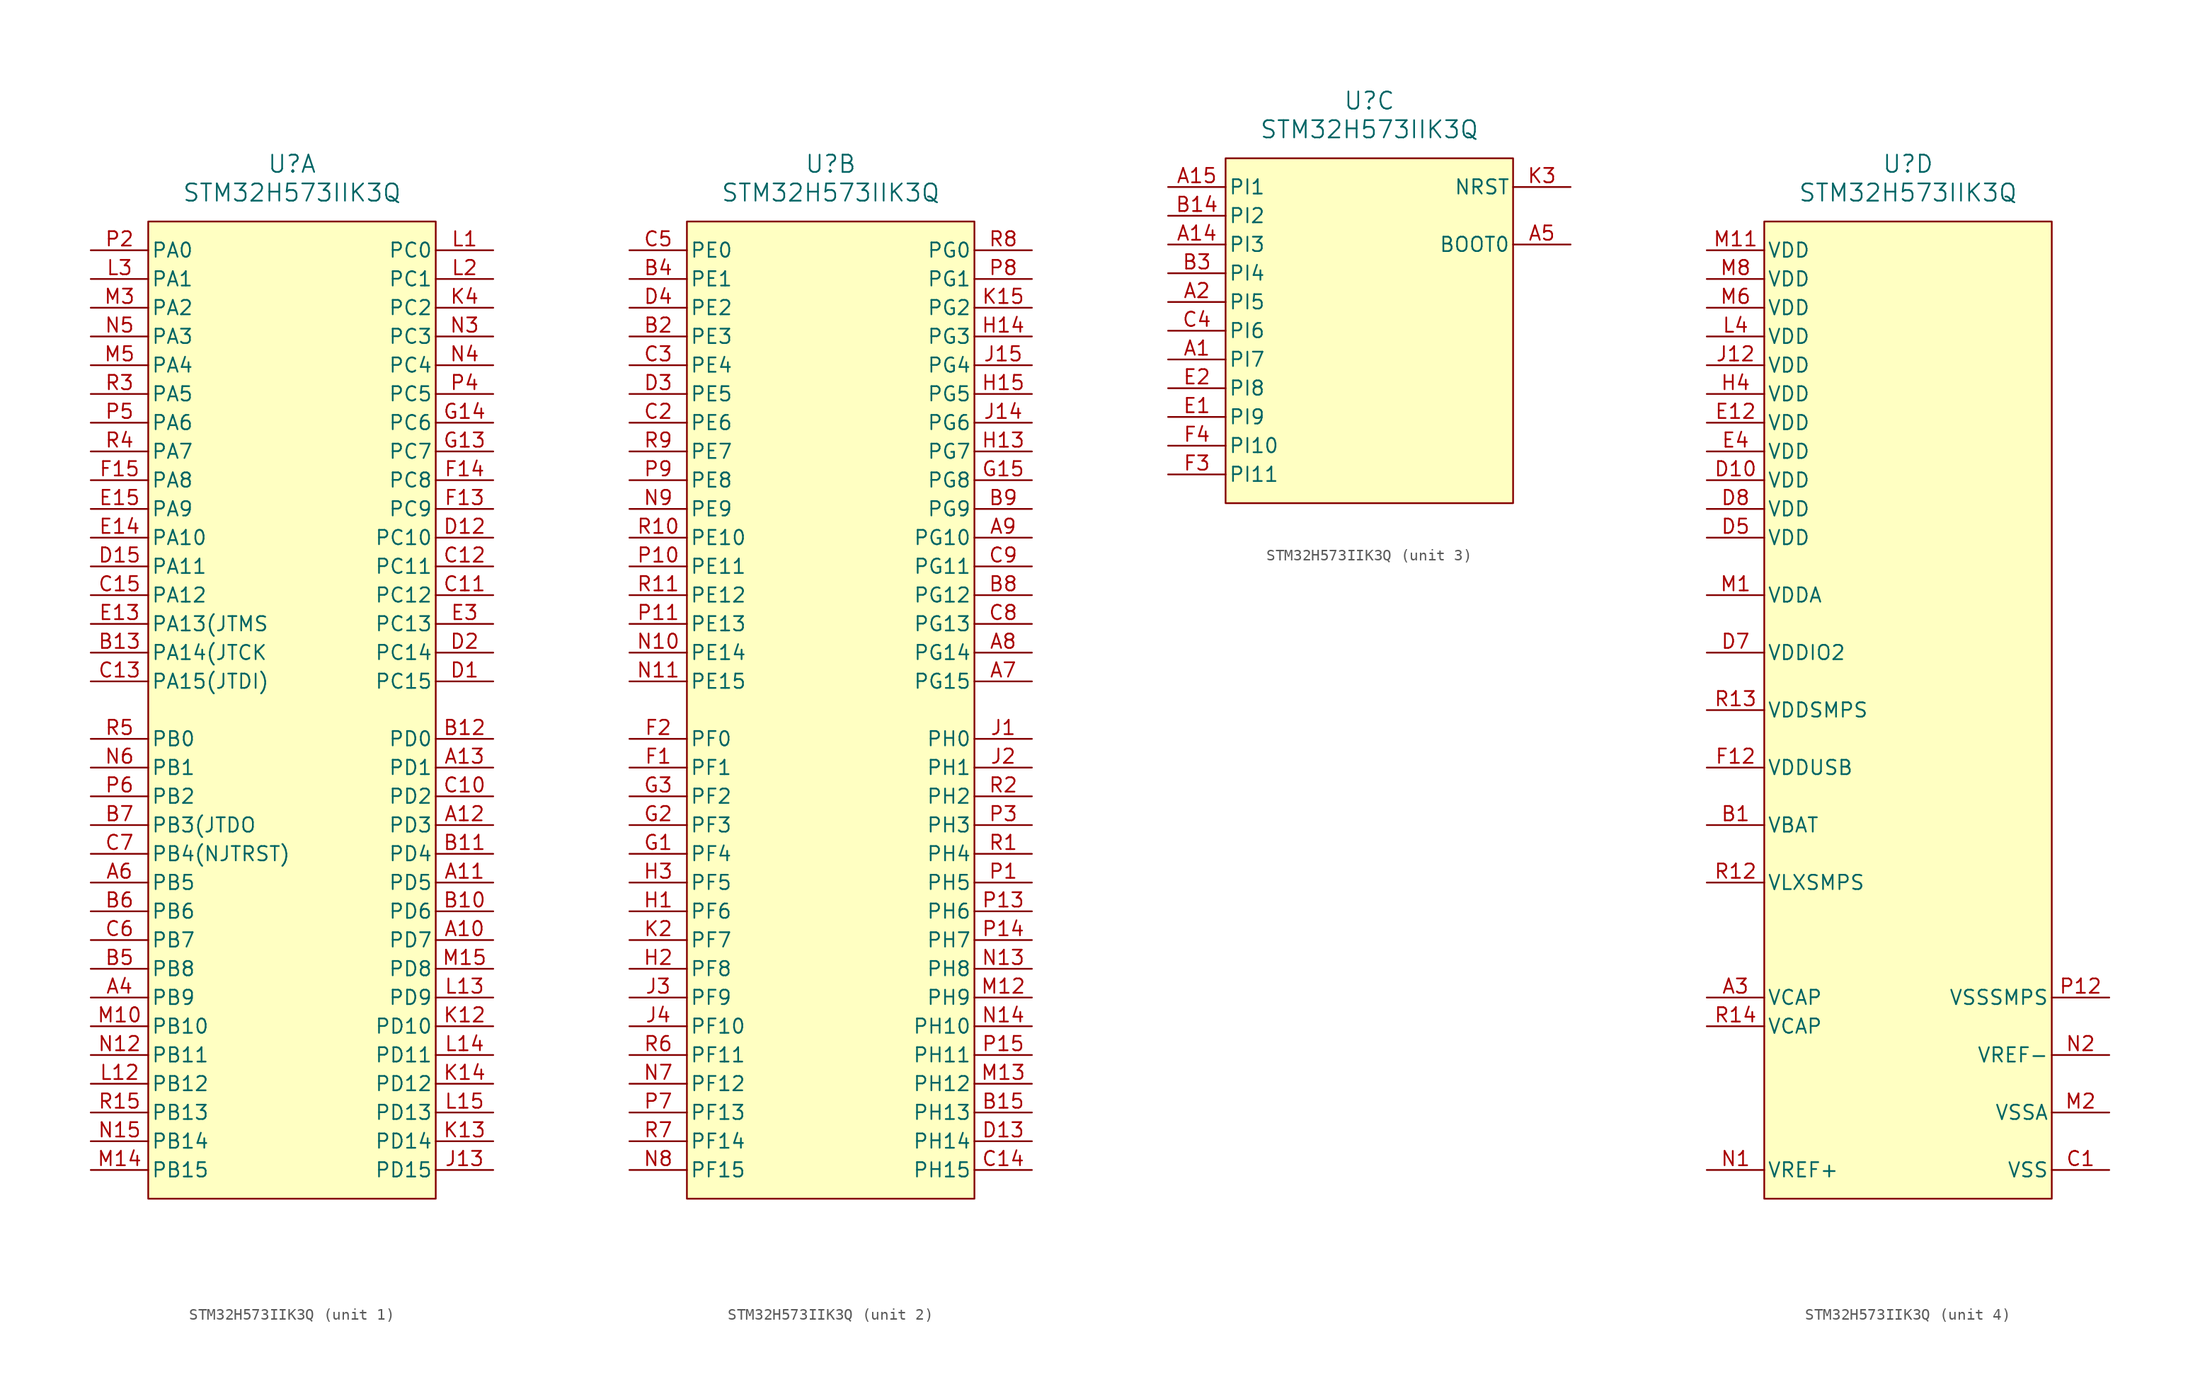
<source format=kicad_sym>
(kicad_symbol_lib
  (version 20231120)
  (generator "kicad_symbol_editor")
  (generator_version "8.0")
  (symbol "STM32H573IIK3Q"
    (pin_names
      (offset 0.254))
    (property "Reference" "U"
      (at 0 5.08 0)
      (effects (font (size 1.524 1.524))))
    (property "Value" "STM32H573IIK3Q"
      (at 0 2.54 0)
      (effects (font (size 1.524 1.524))))
    (property "ki_locked" ""
      (at 0 0 0)
      (effects (font (size 1.27 1.27))))
    (symbol "STM32H573IIK3Q_1_1"
      (rectangle (start -12.7 0) (end 12.7 -86.36) (stroke (width 0) (type default)) (fill (type background)))
      (pin bidirectional line (at 17.78 -63.5 180) (length 5.08) (name "PD7" (effects (font (size 1.27 1.27)))) (number "A10" (effects (font (size 1.27 1.27)))) (alternate "FMC_NCE" bidirectional line) (alternate "FMC_NE1" bidirectional line) (alternate "I2S1_SDO" bidirectional line) (alternate "LPTIM4_OUT" bidirectional line) (alternate "OCTOSPI1_IO7" bidirectional line) (alternate "SDMMC2_CMD" bidirectional line) (alternate "SPI1_MOSI" bidirectional line) (alternate "USART2_CK" bidirectional line))
      (pin bidirectional line (at 17.78 -58.42 180) (length 5.08) (name "PD5" (effects (font (size 1.27 1.27)))) (number "A11" (effects (font (size 1.27 1.27)))) (alternate "FDCAN1_TX" bidirectional line) (alternate "FMC_NWE" bidirectional line) (alternate "OCTOSPI1_IO5" bidirectional line) (alternate "SPI2_RDY" bidirectional line) (alternate "TIM1_CH4N" bidirectional line) (alternate "USART2_TX" bidirectional line))
      (pin bidirectional line (at 17.78 -53.34 180) (length 5.08) (name "PD3" (effects (font (size 1.27 1.27)))) (number "A12" (effects (font (size 1.27 1.27)))) (alternate "DCMI_D5" bidirectional line) (alternate "FMC_CLK" bidirectional line) (alternate "I2S2_CK" bidirectional line) (alternate "PSSI_D5" bidirectional line) (alternate "PWR_WKUP8" bidirectional line) (alternate "SPI2_SCK" bidirectional line) (alternate "USART2_CTS" bidirectional line) (alternate "USART2_NSS" bidirectional line))
      (pin bidirectional line (at 17.78 -48.26 180) (length 5.08) (name "PD1" (effects (font (size 1.27 1.27)))) (number "A13" (effects (font (size 1.27 1.27)))) (alternate "FDCAN1_TX" bidirectional line) (alternate "FMC_D3" bidirectional line) (alternate "FMC_DA3" bidirectional line) (alternate "UART4_TX" bidirectional line))
      (pin bidirectional line (at -17.78 -68.58 0) (length 5.08) (name "PB9" (effects (font (size 1.27 1.27)))) (number "A4" (effects (font (size 1.27 1.27)))) (alternate "DAC1_EXTI9" bidirectional line) (alternate "DCMI_D7" bidirectional line) (alternate "FDCAN1_TX" bidirectional line) (alternate "I2C1_SDA" bidirectional line) (alternate "I2C4_SDA" bidirectional line) (alternate "I2S2_WS" bidirectional line) (alternate "I3C1_SDA" bidirectional line) (alternate "PSSI_D7" bidirectional line) (alternate "SDMMC1_CDIR" bidirectional line) (alternate "SDMMC1_D5" bidirectional line) (alternate "SDMMC2_CKIN" bidirectional line) (alternate "SDMMC2_D5" bidirectional line) (alternate "SPI2_NSS" bidirectional line) (alternate "TIM17_CH1" bidirectional line) (alternate "TIM4_CH4" bidirectional line) (alternate "UART4_TX" bidirectional line))
      (pin bidirectional line (at -17.78 -58.42 0) (length 5.08) (name "PB5" (effects (font (size 1.27 1.27)))) (number "A6" (effects (font (size 1.27 1.27)))) (alternate "DCMI_D10" bidirectional line) (alternate "ETH_PPS_OUT" bidirectional line) (alternate "FDCAN2_RX" bidirectional line) (alternate "FMC_SDCKE1" bidirectional line) (alternate "I2C1_SMBA" bidirectional line) (alternate "I2C4_SMBA" bidirectional line) (alternate "I2S1_SDO" bidirectional line) (alternate "I2S3_SDO" bidirectional line) (alternate "OCTOSPI1_NCLK" bidirectional line) (alternate "PSSI_D10" bidirectional line) (alternate "SPI1_MOSI" bidirectional line) (alternate "SPI3_MOSI" bidirectional line) (alternate "SPI6_MOSI" bidirectional line) (alternate "TIM17_BKIN" bidirectional line) (alternate "TIM3_CH2" bidirectional line) (alternate "UART5_RX" bidirectional line))
      (pin bidirectional line (at 17.78 -60.96 180) (length 5.08) (name "PD6" (effects (font (size 1.27 1.27)))) (number "B10" (effects (font (size 1.27 1.27)))) (alternate "DCMI_D10" bidirectional line) (alternate "FMC_NWAIT" bidirectional line) (alternate "I2S3_SDO" bidirectional line) (alternate "OCTOSPI1_IO6" bidirectional line) (alternate "PSSI_D10" bidirectional line) (alternate "SAI1_D1" bidirectional line) (alternate "SAI1_SD_A" bidirectional line) (alternate "SDMMC2_CK" bidirectional line) (alternate "SPI3_MOSI" bidirectional line) (alternate "USART2_RX" bidirectional line))
      (pin bidirectional line (at 17.78 -55.88 180) (length 5.08) (name "PD4" (effects (font (size 1.27 1.27)))) (number "B11" (effects (font (size 1.27 1.27)))) (alternate "FMC_NOE" bidirectional line) (alternate "OCTOSPI1_IO4" bidirectional line) (alternate "USART2_RTS" bidirectional line))
      (pin bidirectional line (at 17.78 -45.72 180) (length 5.08) (name "PD0" (effects (font (size 1.27 1.27)))) (number "B12" (effects (font (size 1.27 1.27)))) (alternate "FDCAN1_RX" bidirectional line) (alternate "FMC_D2" bidirectional line) (alternate "FMC_DA2" bidirectional line) (alternate "TIM8_CH4N" bidirectional line) (alternate "UART4_RX" bidirectional line) (alternate "UART9_CTS" bidirectional line))
      (pin bidirectional line (at -17.78 -38.1 0) (length 5.08) (name "PA14(JTCK" (effects (font (size 1.27 1.27)))) (number "B13" (effects (font (size 1.27 1.27)))) (alternate "DEBUG_JTCK-SWCLK" bidirectional line))
      (pin bidirectional line (at -17.78 -66.04 0) (length 5.08) (name "PB8" (effects (font (size 1.27 1.27)))) (number "B5" (effects (font (size 1.27 1.27)))) (alternate "DCMI_D6" bidirectional line) (alternate "ETH_TXD3" bidirectional line) (alternate "FDCAN1_RX" bidirectional line) (alternate "I2C1_SCL" bidirectional line) (alternate "I2C4_SCL" bidirectional line) (alternate "I3C1_SCL" bidirectional line) (alternate "PSSI_D6" bidirectional line) (alternate "SDMMC1_CKIN" bidirectional line) (alternate "SDMMC1_D4" bidirectional line) (alternate "SDMMC2_D4" bidirectional line) (alternate "SPI4_RDY" bidirectional line) (alternate "TIM16_CH1" bidirectional line) (alternate "TIM4_CH3" bidirectional line) (alternate "UART4_RX" bidirectional line))
      (pin bidirectional line (at -17.78 -60.96 0) (length 5.08) (name "PB6" (effects (font (size 1.27 1.27)))) (number "B6" (effects (font (size 1.27 1.27)))) (alternate "CEC" bidirectional line) (alternate "DCMI_D5" bidirectional line) (alternate "FDCAN2_TX" bidirectional line) (alternate "FMC_SDNE1" bidirectional line) (alternate "I2C1_SCL" bidirectional line) (alternate "I2C4_SCL" bidirectional line) (alternate "I3C1_SCL" bidirectional line) (alternate "LPUART1_TX" bidirectional line) (alternate "OCTOSPI1_NCS" bidirectional line) (alternate "PSSI_D5" bidirectional line) (alternate "TIM16_CH1N" bidirectional line) (alternate "TIM4_CH1" bidirectional line) (alternate "UART5_TX" bidirectional line) (alternate "USART1_TX" bidirectional line))
      (pin bidirectional line (at -17.78 -53.34 0) (length 5.08) (name "PB3(JTDO" (effects (font (size 1.27 1.27)))) (number "B7" (effects (font (size 1.27 1.27)))) (alternate "CRS_SYNC" bidirectional line) (alternate "DEBUG_JTDO-SWO" bidirectional line) (alternate "I2C2_SDA" bidirectional line) (alternate "I2S1_CK" bidirectional line) (alternate "I2S3_CK" bidirectional line) (alternate "LPTIM6_ETR" bidirectional line) (alternate "SDMMC2_D2" bidirectional line) (alternate "SPI1_SCK" bidirectional line) (alternate "SPI3_SCK" bidirectional line) (alternate "SPI6_SCK" bidirectional line) (alternate "TIM2_CH2" bidirectional line) (alternate "UART12_CTS" bidirectional line) (alternate "UART7_RX" bidirectional line))
      (pin bidirectional line (at 17.78 -50.8 180) (length 5.08) (name "PD2" (effects (font (size 1.27 1.27)))) (number "C10" (effects (font (size 1.27 1.27)))) (alternate "DCMI_D11" bidirectional line) (alternate "DEBUG_TRACED2" bidirectional line) (alternate "LPTIM4_ETR" bidirectional line) (alternate "PSSI_D11" bidirectional line) (alternate "PWR_WKUP7" bidirectional line) (alternate "SDMMC1_CMD" bidirectional line) (alternate "TIM15_BKIN" bidirectional line) (alternate "TIM3_ETR" bidirectional line) (alternate "UART5_RX" bidirectional line))
      (pin bidirectional line (at 17.78 -33.02 180) (length 5.08) (name "PC12" (effects (font (size 1.27 1.27)))) (number "C11" (effects (font (size 1.27 1.27)))) (alternate "DCMI_D9" bidirectional line) (alternate "DEBUG_TRACED3" bidirectional line) (alternate "I2S3_SDO" bidirectional line) (alternate "PSSI_D9" bidirectional line) (alternate "SDMMC1_CK" bidirectional line) (alternate "SPI3_MOSI" bidirectional line) (alternate "SPI6_SCK" bidirectional line) (alternate "TIM15_CH1" bidirectional line) (alternate "UART5_TX" bidirectional line) (alternate "USART3_CK" bidirectional line))
      (pin bidirectional line (at 17.78 -30.48 180) (length 5.08) (name "PC11" (effects (font (size 1.27 1.27)))) (number "C12" (effects (font (size 1.27 1.27)))) (alternate "ADC1_EXTI11" bidirectional line) (alternate "ADC2_EXTI11" bidirectional line) (alternate "DCMI_D4" bidirectional line) (alternate "I2S3_SDI" bidirectional line) (alternate "LPTIM3_IN1" bidirectional line) (alternate "OCTOSPI1_NCS" bidirectional line) (alternate "PSSI_D4" bidirectional line) (alternate "SDMMC1_D3" bidirectional line) (alternate "SPI3_MISO" bidirectional line) (alternate "UART4_RX" bidirectional line) (alternate "USART3_RX" bidirectional line))
      (pin bidirectional line (at -17.78 -40.64 0) (length 5.08) (name "PA15(JTDI)" (effects (font (size 1.27 1.27)))) (number "C13" (effects (font (size 1.27 1.27)))) (alternate "ADC1_EXTI15" bidirectional line) (alternate "ADC2_EXTI15" bidirectional line) (alternate "CEC" bidirectional line) (alternate "DCMI_D11" bidirectional line) (alternate "DEBUG_JTDI" bidirectional line) (alternate "FMC_NBL1" bidirectional line) (alternate "I2S1_WS" bidirectional line) (alternate "I2S3_WS" bidirectional line) (alternate "LPTIM3_IN2" bidirectional line) (alternate "PSSI_D11" bidirectional line) (alternate "SPI1_NSS" bidirectional line) (alternate "SPI3_NSS" bidirectional line) (alternate "SPI6_NSS" bidirectional line) (alternate "TIM2_CH1" bidirectional line) (alternate "TIM2_ETR" bidirectional line) (alternate "UART4_DE" bidirectional line) (alternate "UART4_RTS" bidirectional line) (alternate "UART7_TX" bidirectional line))
      (pin bidirectional line (at -17.78 -33.02 0) (length 5.08) (name "PA12" (effects (font (size 1.27 1.27)))) (number "C15" (effects (font (size 1.27 1.27)))) (alternate "FDCAN1_TX" bidirectional line) (alternate "I2S2_CK" bidirectional line) (alternate "LPUART1_RTS" bidirectional line) (alternate "SAI2_FS_B" bidirectional line) (alternate "SPI2_SCK" bidirectional line) (alternate "TIM1_ETR" bidirectional line) (alternate "UART4_TX" bidirectional line) (alternate "USART1_RTS" bidirectional line) (alternate "USB_DP" bidirectional line))
      (pin bidirectional line (at -17.78 -63.5 0) (length 5.08) (name "PB7" (effects (font (size 1.27 1.27)))) (number "C6" (effects (font (size 1.27 1.27)))) (alternate "DCMI_VSYNC" bidirectional line) (alternate "FDCAN1_TX" bidirectional line) (alternate "FMC_NL" bidirectional line) (alternate "I2C1_SDA" bidirectional line) (alternate "I2C4_SDA" bidirectional line) (alternate "I3C1_SDA" bidirectional line) (alternate "LPUART1_RX" bidirectional line) (alternate "PSSI_RDY" bidirectional line) (alternate "PWR_WKUP5" bidirectional line) (alternate "SDMMC2_CKIN" bidirectional line) (alternate "SDMMC2_D5" bidirectional line) (alternate "TIM17_CH1N" bidirectional line) (alternate "TIM4_CH2" bidirectional line) (alternate "USART1_RX" bidirectional line))
      (pin bidirectional line (at -17.78 -55.88 0) (length 5.08) (name "PB4(NJTRST)" (effects (font (size 1.27 1.27)))) (number "C7" (effects (font (size 1.27 1.27)))) (alternate "DCMI_D7" bidirectional line) (alternate "DEBUG_JTRST" bidirectional line) (alternate "I2S1_SDI" bidirectional line) (alternate "I2S2_WS" bidirectional line) (alternate "I2S3_SDI" bidirectional line) (alternate "LPTIM1_CH2" bidirectional line) (alternate "OCTOSPI1_CLK" bidirectional line) (alternate "PSSI_D7" bidirectional line) (alternate "SDMMC2_D3" bidirectional line) (alternate "SPI1_MISO" bidirectional line) (alternate "SPI2_NSS" bidirectional line) (alternate "SPI3_MISO" bidirectional line) (alternate "SPI6_MISO" bidirectional line) (alternate "TIM16_BKIN" bidirectional line) (alternate "TIM3_CH1" bidirectional line) (alternate "UART7_TX" bidirectional line))
      (pin bidirectional line (at 17.78 -40.64 180) (length 5.08) (name "PC15" (effects (font (size 1.27 1.27)))) (number "D1" (effects (font (size 1.27 1.27)))) (alternate "ADC1_EXTI15" bidirectional line) (alternate "ADC2_EXTI15" bidirectional line) (alternate "RCC_OSC32_OUT" bidirectional line))
      (pin bidirectional line (at 17.78 -27.94 180) (length 5.08) (name "PC10" (effects (font (size 1.27 1.27)))) (number "D12" (effects (font (size 1.27 1.27)))) (alternate "DCMI_D8" bidirectional line) (alternate "ETH_TXD0" bidirectional line) (alternate "I2S3_CK" bidirectional line) (alternate "LPTIM3_ETR" bidirectional line) (alternate "OCTOSPI1_IO1" bidirectional line) (alternate "PSSI_D8" bidirectional line) (alternate "SDMMC1_D2" bidirectional line) (alternate "SPI3_SCK" bidirectional line) (alternate "UART4_TX" bidirectional line) (alternate "USART3_TX" bidirectional line))
      (pin bidirectional line (at -17.78 -30.48 0) (length 5.08) (name "PA11" (effects (font (size 1.27 1.27)))) (number "D15" (effects (font (size 1.27 1.27)))) (alternate "ADC1_EXTI11" bidirectional line) (alternate "ADC2_EXTI11" bidirectional line) (alternate "FDCAN1_RX" bidirectional line) (alternate "I2S2_WS" bidirectional line) (alternate "LPUART1_CTS" bidirectional line) (alternate "SPI2_NSS" bidirectional line) (alternate "TIM1_CH4" bidirectional line) (alternate "UART4_RX" bidirectional line) (alternate "USART1_CTS" bidirectional line) (alternate "USART1_NSS" bidirectional line) (alternate "USB_DM" bidirectional line))
      (pin bidirectional line (at 17.78 -38.1 180) (length 5.08) (name "PC14" (effects (font (size 1.27 1.27)))) (number "D2" (effects (font (size 1.27 1.27)))) (alternate "RCC_OSC32_IN" bidirectional line))
      (pin bidirectional line (at -17.78 -35.56 0) (length 5.08) (name "PA13(JTMS" (effects (font (size 1.27 1.27)))) (number "E13" (effects (font (size 1.27 1.27)))) (alternate "DEBUG_JTMS-SWDIO" bidirectional line))
      (pin bidirectional line (at -17.78 -27.94 0) (length 5.08) (name "PA10" (effects (font (size 1.27 1.27)))) (number "E14" (effects (font (size 1.27 1.27)))) (alternate "DCMI_D1" bidirectional line) (alternate "FDCAN2_TX" bidirectional line) (alternate "LPTIM2_IN2" bidirectional line) (alternate "LPUART1_RX" bidirectional line) (alternate "PSSI_D1" bidirectional line) (alternate "SDMMC1_D0" bidirectional line) (alternate "TIM1_CH3" bidirectional line) (alternate "UCPD1_FRSTX" bidirectional line) (alternate "USART1_RX" bidirectional line))
      (pin bidirectional line (at -17.78 -25.4 0) (length 5.08) (name "PA9" (effects (font (size 1.27 1.27)))) (number "E15" (effects (font (size 1.27 1.27)))) (alternate "DAC1_EXTI9" bidirectional line) (alternate "DCMI_D0" bidirectional line) (alternate "ETH_TX_ER" bidirectional line) (alternate "FMC_NWE" bidirectional line) (alternate "I2C3_SMBA" bidirectional line) (alternate "I2S2_CK" bidirectional line) (alternate "LPUART1_TX" bidirectional line) (alternate "PSSI_D0" bidirectional line) (alternate "SPI2_SCK" bidirectional line) (alternate "TIM1_CH2" bidirectional line) (alternate "UCPD1_DB1" bidirectional line) (alternate "USART1_TX" bidirectional line))
      (pin bidirectional line (at 17.78 -35.56 180) (length 5.08) (name "PC13" (effects (font (size 1.27 1.27)))) (number "E3" (effects (font (size 1.27 1.27)))) (alternate "PWR_WKUP4" bidirectional line) (alternate "RTC_OUT1" bidirectional line) (alternate "RTC_TS" bidirectional line) (alternate "TAMP_IN1" bidirectional line) (alternate "TAMP_OUT2" bidirectional line) (alternate "TAMP_OUT3" bidirectional line))
      (pin bidirectional line (at 17.78 -25.4 180) (length 5.08) (name "PC9" (effects (font (size 1.27 1.27)))) (number "F13" (effects (font (size 1.27 1.27)))) (alternate "AUDIOCLK" bidirectional line) (alternate "DAC1_EXTI9" bidirectional line) (alternate "DCMI_D3" bidirectional line) (alternate "FMC_CLE" bidirectional line) (alternate "I2C3_SDA" bidirectional line) (alternate "OCTOSPI1_IO0" bidirectional line) (alternate "PSSI_D3" bidirectional line) (alternate "RCC_MCO_2" bidirectional line) (alternate "SDMMC1_D1" bidirectional line) (alternate "TIM3_CH4" bidirectional line) (alternate "TIM8_CH4" bidirectional line) (alternate "UART5_CTS" bidirectional line) (alternate "UCPD1_DB2" bidirectional line))
      (pin bidirectional line (at 17.78 -22.86 180) (length 5.08) (name "PC8" (effects (font (size 1.27 1.27)))) (number "F14" (effects (font (size 1.27 1.27)))) (alternate "DCMI_D2" bidirectional line) (alternate "DEBUG_TRACED1" bidirectional line) (alternate "FMC_ALE" bidirectional line) (alternate "FMC_INT" bidirectional line) (alternate "FMC_NCE" bidirectional line) (alternate "FMC_NE2" bidirectional line) (alternate "PSSI_D2" bidirectional line) (alternate "SDMMC1_D0" bidirectional line) (alternate "TIM3_CH3" bidirectional line) (alternate "TIM8_CH3" bidirectional line) (alternate "UART5_DE" bidirectional line) (alternate "UART5_RTS" bidirectional line) (alternate "USART6_CK" bidirectional line))
      (pin bidirectional line (at -17.78 -22.86 0) (length 5.08) (name "PA8" (effects (font (size 1.27 1.27)))) (number "F15" (effects (font (size 1.27 1.27)))) (alternate "DCMI_D3" bidirectional line) (alternate "FMC_NOE" bidirectional line) (alternate "I2C3_SCL" bidirectional line) (alternate "PSSI_D3" bidirectional line) (alternate "RCC_MCO_1" bidirectional line) (alternate "SPI1_RDY" bidirectional line) (alternate "TIM1_CH1" bidirectional line) (alternate "TIM8_BKIN2" bidirectional line) (alternate "UART7_RX" bidirectional line) (alternate "USART1_CK" bidirectional line) (alternate "USB_SOF" bidirectional line))
      (pin bidirectional line (at 17.78 -20.32 180) (length 5.08) (name "PC7" (effects (font (size 1.27 1.27)))) (number "G13" (effects (font (size 1.27 1.27)))) (alternate "DCMI_D1" bidirectional line) (alternate "DEBUG_TRGIO" bidirectional line) (alternate "FMC_NE1" bidirectional line) (alternate "I2S3_MCK" bidirectional line) (alternate "OCTOSPI1_IO6" bidirectional line) (alternate "PSSI_D1" bidirectional line) (alternate "SDMMC1_D123DIR" bidirectional line) (alternate "SDMMC1_D7" bidirectional line) (alternate "SDMMC2_D7" bidirectional line) (alternate "TIM3_CH2" bidirectional line) (alternate "TIM8_CH2" bidirectional line) (alternate "USART6_RX" bidirectional line))
      (pin bidirectional line (at 17.78 -17.78 180) (length 5.08) (name "PC6" (effects (font (size 1.27 1.27)))) (number "G14" (effects (font (size 1.27 1.27)))) (alternate "DCMI_D0" bidirectional line) (alternate "FMC_NWAIT" bidirectional line) (alternate "I2S2_MCK" bidirectional line) (alternate "OCTOSPI1_IO5" bidirectional line) (alternate "PSSI_D0" bidirectional line) (alternate "SAI1_SCK_A" bidirectional line) (alternate "SDMMC1_D0DIR" bidirectional line) (alternate "SDMMC1_D6" bidirectional line) (alternate "SDMMC2_D6" bidirectional line) (alternate "TIM3_CH1" bidirectional line) (alternate "TIM8_CH1" bidirectional line) (alternate "USART6_TX" bidirectional line))
      (pin bidirectional line (at 17.78 -83.82 180) (length 5.08) (name "PD15" (effects (font (size 1.27 1.27)))) (number "J13" (effects (font (size 1.27 1.27)))) (alternate "ADC1_EXTI15" bidirectional line) (alternate "ADC2_EXTI15" bidirectional line) (alternate "FMC_D1" bidirectional line) (alternate "FMC_DA1" bidirectional line) (alternate "TIM4_CH4" bidirectional line) (alternate "UART8_RTS" bidirectional line) (alternate "UART9_TX" bidirectional line))
      (pin bidirectional line (at 17.78 -71.12 180) (length 5.08) (name "PD10" (effects (font (size 1.27 1.27)))) (number "K12" (effects (font (size 1.27 1.27)))) (alternate "FMC_D15" bidirectional line) (alternate "FMC_DA15" bidirectional line) (alternate "LPTIM2_CH2" bidirectional line) (alternate "USART3_CK" bidirectional line))
      (pin bidirectional line (at 17.78 -81.28 180) (length 5.08) (name "PD14" (effects (font (size 1.27 1.27)))) (number "K13" (effects (font (size 1.27 1.27)))) (alternate "FMC_D0" bidirectional line) (alternate "FMC_DA0" bidirectional line) (alternate "TIM4_CH3" bidirectional line) (alternate "UART8_CTS" bidirectional line) (alternate "UART9_RX" bidirectional line))
      (pin bidirectional line (at 17.78 -76.2 180) (length 5.08) (name "PD12" (effects (font (size 1.27 1.27)))) (number "K14" (effects (font (size 1.27 1.27)))) (alternate "DCMI_D12" bidirectional line) (alternate "FMC_A17" bidirectional line) (alternate "FMC_ALE" bidirectional line) (alternate "I2C4_SCL" bidirectional line) (alternate "I3C1_SCL" bidirectional line) (alternate "LPTIM1_IN1" bidirectional line) (alternate "LPTIM2_IN1" bidirectional line) (alternate "OCTOSPI1_IO1" bidirectional line) (alternate "PSSI_D12" bidirectional line) (alternate "SAI1_D1" bidirectional line) (alternate "SAI2_FS_A" bidirectional line) (alternate "TIM4_CH1" bidirectional line) (alternate "UART4_TX" bidirectional line) (alternate "USART3_RTS" bidirectional line))
      (pin bidirectional line (at 17.78 -7.62 180) (length 5.08) (name "PC2" (effects (font (size 1.27 1.27)))) (number "K4" (effects (font (size 1.27 1.27)))) (alternate "ADC1_INN11" bidirectional line) (alternate "ADC1_INP12" bidirectional line) (alternate "ADC2_INN11" bidirectional line) (alternate "ADC2_INP12" bidirectional line) (alternate "ETH_TXD2" bidirectional line) (alternate "FMC_SDNE0" bidirectional line) (alternate "I2S2_SDI" bidirectional line) (alternate "OCTOSPI1_IO2" bidirectional line) (alternate "OCTOSPI1_IO5" bidirectional line) (alternate "PWR_CSLEEP" bidirectional line) (alternate "SPI2_MISO" bidirectional line) (alternate "TIM17_CH1" bidirectional line) (alternate "TIM4_CH4" bidirectional line))
      (pin bidirectional line (at 17.78 -2.54 180) (length 5.08) (name "PC0" (effects (font (size 1.27 1.27)))) (number "L1" (effects (font (size 1.27 1.27)))) (alternate "ADC1_INP10" bidirectional line) (alternate "ADC2_INP10" bidirectional line) (alternate "FMC_A25" bidirectional line) (alternate "FMC_SDNWE" bidirectional line) (alternate "OCTOSPI1_IO7" bidirectional line) (alternate "SAI1_MCLK_A" bidirectional line) (alternate "SAI2_FS_B" bidirectional line) (alternate "SPI2_RDY" bidirectional line) (alternate "TIM16_BKIN" bidirectional line))
      (pin bidirectional line (at -17.78 -76.2 0) (length 5.08) (name "PB12" (effects (font (size 1.27 1.27)))) (number "L12" (effects (font (size 1.27 1.27)))) (alternate "ETH_TXD0" bidirectional line) (alternate "FDCAN2_RX" bidirectional line) (alternate "I2C2_SDA" bidirectional line) (alternate "I2S2_WS" bidirectional line) (alternate "OCTOSPI1_NCLK" bidirectional line) (alternate "SPI2_NSS" bidirectional line) (alternate "TIM1_BKIN" bidirectional line) (alternate "UART5_RX" bidirectional line) (alternate "UCPD1_FRSTX" bidirectional line) (alternate "USART3_CK" bidirectional line))
      (pin bidirectional line (at 17.78 -68.58 180) (length 5.08) (name "PD9" (effects (font (size 1.27 1.27)))) (number "L13" (effects (font (size 1.27 1.27)))) (alternate "DAC1_EXTI9" bidirectional line) (alternate "FDCAN2_RX" bidirectional line) (alternate "FMC_D14" bidirectional line) (alternate "FMC_DA14" bidirectional line) (alternate "USART3_RX" bidirectional line))
      (pin bidirectional line (at 17.78 -73.66 180) (length 5.08) (name "PD11" (effects (font (size 1.27 1.27)))) (number "L14" (effects (font (size 1.27 1.27)))) (alternate "ADC1_EXTI11" bidirectional line) (alternate "ADC2_EXTI11" bidirectional line) (alternate "FMC_A16" bidirectional line) (alternate "FMC_CLE" bidirectional line) (alternate "I2C4_SMBA" bidirectional line) (alternate "LPTIM2_IN2" bidirectional line) (alternate "OCTOSPI1_IO0" bidirectional line) (alternate "SAI1_CK1" bidirectional line) (alternate "SAI2_SD_A" bidirectional line) (alternate "UART4_RX" bidirectional line) (alternate "USART3_CTS" bidirectional line) (alternate "USART3_NSS" bidirectional line))
      (pin bidirectional line (at 17.78 -78.74 180) (length 5.08) (name "PD13" (effects (font (size 1.27 1.27)))) (number "L15" (effects (font (size 1.27 1.27)))) (alternate "DCMI_D13" bidirectional line) (alternate "FMC_A18" bidirectional line) (alternate "I2C4_SDA" bidirectional line) (alternate "I3C1_SDA" bidirectional line) (alternate "LPTIM1_CH1" bidirectional line) (alternate "LPTIM2_CH1" bidirectional line) (alternate "LPTIM4_IN1" bidirectional line) (alternate "OCTOSPI1_IO3" bidirectional line) (alternate "PSSI_D13" bidirectional line) (alternate "SAI2_SCK_A" bidirectional line) (alternate "TIM4_CH2" bidirectional line) (alternate "UART9_RTS" bidirectional line))
      (pin bidirectional line (at 17.78 -5.08 180) (length 5.08) (name "PC1" (effects (font (size 1.27 1.27)))) (number "L2" (effects (font (size 1.27 1.27)))) (alternate "ADC1_INN10" bidirectional line) (alternate "ADC1_INP11" bidirectional line) (alternate "ADC2_INN10" bidirectional line) (alternate "ADC2_INP11" bidirectional line) (alternate "DEBUG_TRACED0" bidirectional line) (alternate "ETH_MDC" bidirectional line) (alternate "I2S2_SDO" bidirectional line) (alternate "OCTOSPI1_IO4" bidirectional line) (alternate "PWR_WKUP6" bidirectional line) (alternate "SAI1_D1" bidirectional line) (alternate "SAI1_SD_A" bidirectional line) (alternate "SAI2_SD_A" bidirectional line) (alternate "SDMMC2_CK" bidirectional line) (alternate "SPI2_MOSI" bidirectional line) (alternate "TAMP_IN3" bidirectional line) (alternate "TAMP_OUT5" bidirectional line) (alternate "USART11_RTS" bidirectional line))
      (pin bidirectional line (at -17.78 -5.08 0) (length 5.08) (name "PA1" (effects (font (size 1.27 1.27)))) (number "L3" (effects (font (size 1.27 1.27)))) (alternate "ADC1_INP1" bidirectional line) (alternate "ADC2_INP1" bidirectional line) (alternate "ETH_REF_CLK" bidirectional line) (alternate "ETH_RX_CLK" bidirectional line) (alternate "LPTIM1_IN1" bidirectional line) (alternate "OCTOSPI1_DQS" bidirectional line) (alternate "OCTOSPI1_IO3" bidirectional line) (alternate "SAI2_MCLK_B" bidirectional line) (alternate "TAMP_IN5" bidirectional line) (alternate "TAMP_OUT4" bidirectional line) (alternate "TIM15_CH1N" bidirectional line) (alternate "TIM2_CH2" bidirectional line) (alternate "TIM5_CH2" bidirectional line) (alternate "UART4_RX" bidirectional line) (alternate "USART2_RTS" bidirectional line))
      (pin bidirectional line (at -17.78 -71.12 0) (length 5.08) (name "PB10" (effects (font (size 1.27 1.27)))) (number "M10" (effects (font (size 1.27 1.27)))) (alternate "ETH_RX_ER" bidirectional line) (alternate "I2C2_SCL" bidirectional line) (alternate "I2S2_CK" bidirectional line) (alternate "LPTIM2_IN1" bidirectional line) (alternate "LPTIM3_CH1" bidirectional line) (alternate "OCTOSPI1_NCS" bidirectional line) (alternate "SPI2_SCK" bidirectional line) (alternate "TIM2_CH3" bidirectional line) (alternate "USART3_TX" bidirectional line))
      (pin bidirectional line (at -17.78 -83.82 0) (length 5.08) (name "PB15" (effects (font (size 1.27 1.27)))) (number "M14" (effects (font (size 1.27 1.27)))) (alternate "ADC1_EXTI15" bidirectional line) (alternate "ADC2_EXTI15" bidirectional line) (alternate "DCMI_D2" bidirectional line) (alternate "ETH_TXD1" bidirectional line) (alternate "I2S2_SDO" bidirectional line) (alternate "OCTOSPI1_CLK" bidirectional line) (alternate "PSSI_D2" bidirectional line) (alternate "PWR_PVD_IN" bidirectional line) (alternate "RTC_REFIN" bidirectional line) (alternate "SDMMC2_D1" bidirectional line) (alternate "SPI2_MOSI" bidirectional line) (alternate "TIM12_CH2" bidirectional line) (alternate "TIM1_CH3N" bidirectional line) (alternate "TIM8_CH3N" bidirectional line) (alternate "UART4_CTS" bidirectional line) (alternate "UART5_RX" bidirectional line) (alternate "USART11_CTS" bidirectional line) (alternate "USART11_NSS" bidirectional line) (alternate "USART1_RX" bidirectional line))
      (pin bidirectional line (at 17.78 -66.04 180) (length 5.08) (name "PD8" (effects (font (size 1.27 1.27)))) (number "M15" (effects (font (size 1.27 1.27)))) (alternate "FMC_D13" bidirectional line) (alternate "FMC_DA13" bidirectional line) (alternate "USART3_TX" bidirectional line))
      (pin bidirectional line (at -17.78 -7.62 0) (length 5.08) (name "PA2" (effects (font (size 1.27 1.27)))) (number "M3" (effects (font (size 1.27 1.27)))) (alternate "ADC1_INP14" bidirectional line) (alternate "ADC2_INP14" bidirectional line) (alternate "ETH_MDIO" bidirectional line) (alternate "LPTIM1_IN2" bidirectional line) (alternate "PWR_WKUP2" bidirectional line) (alternate "SAI2_SCK_B" bidirectional line) (alternate "TAMP_IN4" bidirectional line) (alternate "TAMP_OUT3" bidirectional line) (alternate "TIM15_CH1" bidirectional line) (alternate "TIM2_CH3" bidirectional line) (alternate "TIM5_CH3" bidirectional line) (alternate "USART2_TX" bidirectional line))
      (pin bidirectional line (at -17.78 -12.7 0) (length 5.08) (name "PA4" (effects (font (size 1.27 1.27)))) (number "M5" (effects (font (size 1.27 1.27)))) (alternate "ADC1_INP18" bidirectional line) (alternate "ADC2_INP18" bidirectional line) (alternate "DAC1_OUT1" bidirectional line) (alternate "DCMI_HSYNC" bidirectional line) (alternate "I2S1_WS" bidirectional line) (alternate "I2S3_WS" bidirectional line) (alternate "LPTIM2_CH1" bidirectional line) (alternate "PSSI_DE" bidirectional line) (alternate "SPI1_NSS" bidirectional line) (alternate "SPI3_NSS" bidirectional line) (alternate "SPI6_NSS" bidirectional line) (alternate "TIM5_ETR" bidirectional line) (alternate "USART2_CK" bidirectional line))
      (pin bidirectional line (at -17.78 -73.66 0) (length 5.08) (name "PB11" (effects (font (size 1.27 1.27)))) (number "N12" (effects (font (size 1.27 1.27)))) (alternate "ADC1_EXTI11" bidirectional line) (alternate "ADC2_EXTI11" bidirectional line) (alternate "ETH_TX_EN" bidirectional line) (alternate "FMC_NBL1" bidirectional line) (alternate "I2C2_SDA" bidirectional line) (alternate "LPTIM2_ETR" bidirectional line) (alternate "SPI2_RDY" bidirectional line) (alternate "SPI4_RDY" bidirectional line) (alternate "TIM2_CH4" bidirectional line) (alternate "USART3_RX" bidirectional line))
      (pin bidirectional line (at -17.78 -81.28 0) (length 5.08) (name "PB14" (effects (font (size 1.27 1.27)))) (number "N15" (effects (font (size 1.27 1.27)))) (alternate "I2S2_SDI" bidirectional line) (alternate "LPTIM3_ETR" bidirectional line) (alternate "SDMMC2_D0" bidirectional line) (alternate "SPI2_MISO" bidirectional line) (alternate "TIM12_CH1" bidirectional line) (alternate "TIM1_CH2N" bidirectional line) (alternate "TIM8_CH2N" bidirectional line) (alternate "UART4_DE" bidirectional line) (alternate "UART4_RTS" bidirectional line) (alternate "UCPD1_CC2" bidirectional line) (alternate "USART1_TX" bidirectional line) (alternate "USART3_RTS" bidirectional line))
      (pin bidirectional line (at 17.78 -10.16 180) (length 5.08) (name "PC3" (effects (font (size 1.27 1.27)))) (number "N3" (effects (font (size 1.27 1.27)))) (alternate "ADC1_INN12" bidirectional line) (alternate "ADC1_INP13" bidirectional line) (alternate "ADC2_INN12" bidirectional line) (alternate "ADC2_INP13" bidirectional line) (alternate "ETH_TX_CLK" bidirectional line) (alternate "FMC_SDCKE0" bidirectional line) (alternate "I2S2_SDO" bidirectional line) (alternate "LPTIM3_CH1" bidirectional line) (alternate "OCTOSPI1_IO0" bidirectional line) (alternate "OCTOSPI1_IO6" bidirectional line) (alternate "PWR_CSTOP" bidirectional line) (alternate "SAI1_D3" bidirectional line) (alternate "SPI2_MOSI" bidirectional line))
      (pin bidirectional line (at 17.78 -12.7 180) (length 5.08) (name "PC4" (effects (font (size 1.27 1.27)))) (number "N4" (effects (font (size 1.27 1.27)))) (alternate "ADC1_INP4" bidirectional line) (alternate "ADC2_INP4" bidirectional line) (alternate "ETH_RXD0" bidirectional line) (alternate "FMC_SDNE0" bidirectional line) (alternate "I2S1_MCK" bidirectional line) (alternate "LPTIM2_ETR" bidirectional line) (alternate "SAI1_CK1" bidirectional line) (alternate "TIM2_CH4" bidirectional line) (alternate "USART3_RX" bidirectional line))
      (pin bidirectional line (at -17.78 -10.16 0) (length 5.08) (name "PA3" (effects (font (size 1.27 1.27)))) (number "N5" (effects (font (size 1.27 1.27)))) (alternate "ADC1_INP15" bidirectional line) (alternate "ADC2_INP15" bidirectional line) (alternate "ETH_COL" bidirectional line) (alternate "I2S2_WS" bidirectional line) (alternate "OCTOSPI1_CLK" bidirectional line) (alternate "SAI1_SD_B" bidirectional line) (alternate "SPI2_NSS" bidirectional line) (alternate "TIM15_CH2" bidirectional line) (alternate "TIM2_CH4" bidirectional line) (alternate "TIM5_CH4" bidirectional line) (alternate "USART2_RX" bidirectional line))
      (pin bidirectional line (at -17.78 -48.26 0) (length 5.08) (name "PB1" (effects (font (size 1.27 1.27)))) (number "N6" (effects (font (size 1.27 1.27)))) (alternate "ADC1_INP5" bidirectional line) (alternate "ADC2_INP5" bidirectional line) (alternate "ETH_RXD3" bidirectional line) (alternate "LPTIM3_CH2" bidirectional line) (alternate "OCTOSPI1_IO0" bidirectional line) (alternate "TIM1_CH3N" bidirectional line) (alternate "TIM3_CH4" bidirectional line) (alternate "TIM8_CH3N" bidirectional line))
      (pin bidirectional line (at -17.78 -2.54 0) (length 5.08) (name "PA0" (effects (font (size 1.27 1.27)))) (number "P2" (effects (font (size 1.27 1.27)))) (alternate "ADC1_INN1" bidirectional line) (alternate "ADC1_INP0" bidirectional line) (alternate "ADC2_INN1" bidirectional line) (alternate "ADC2_INP0" bidirectional line) (alternate "ETH_CRS" bidirectional line) (alternate "PWR_WKUP1" bidirectional line) (alternate "SAI2_SD_B" bidirectional line) (alternate "SDMMC2_CMD" bidirectional line) (alternate "SPI3_RDY" bidirectional line) (alternate "SPI6_NSS" bidirectional line) (alternate "TAMP_IN2" bidirectional line) (alternate "TAMP_OUT1" bidirectional line) (alternate "TIM15_BKIN" bidirectional line) (alternate "TIM2_CH1" bidirectional line) (alternate "TIM2_ETR" bidirectional line) (alternate "TIM5_CH1" bidirectional line) (alternate "TIM8_ETR" bidirectional line) (alternate "UART4_TX" bidirectional line) (alternate "USART2_CTS" bidirectional line) (alternate "USART2_NSS" bidirectional line))
      (pin bidirectional line (at 17.78 -15.24 180) (length 5.08) (name "PC5" (effects (font (size 1.27 1.27)))) (number "P4" (effects (font (size 1.27 1.27)))) (alternate "ADC1_INN4" bidirectional line) (alternate "ADC1_INP8" bidirectional line) (alternate "ADC2_INN4" bidirectional line) (alternate "ADC2_INP8" bidirectional line) (alternate "ETH_RXD1" bidirectional line) (alternate "FMC_SDCKE0" bidirectional line) (alternate "OCTOSPI1_DQS" bidirectional line) (alternate "PSSI_D15" bidirectional line) (alternate "SAI1_D3" bidirectional line) (alternate "SAI1_FS_A" bidirectional line) (alternate "TIM1_CH4N" bidirectional line) (alternate "UART12_RTS" bidirectional line))
      (pin bidirectional line (at -17.78 -17.78 0) (length 5.08) (name "PA6" (effects (font (size 1.27 1.27)))) (number "P5" (effects (font (size 1.27 1.27)))) (alternate "ADC1_INP3" bidirectional line) (alternate "ADC2_INP3" bidirectional line) (alternate "DCMI_PIXCLK" bidirectional line) (alternate "I2S1_SDI" bidirectional line) (alternate "OCTOSPI1_IO3" bidirectional line) (alternate "PSSI_PDCK" bidirectional line) (alternate "SPI1_MISO" bidirectional line) (alternate "SPI6_MISO" bidirectional line) (alternate "TIM13_CH1" bidirectional line) (alternate "TIM1_BKIN" bidirectional line) (alternate "TIM3_CH1" bidirectional line) (alternate "TIM8_BKIN" bidirectional line) (alternate "USART11_TX" bidirectional line))
      (pin bidirectional line (at -17.78 -50.8 0) (length 5.08) (name "PB2" (effects (font (size 1.27 1.27)))) (number "P6" (effects (font (size 1.27 1.27)))) (alternate "I2S3_SDO" bidirectional line) (alternate "LPTIM1_CH1" bidirectional line) (alternate "LPTIM5_ETR" bidirectional line) (alternate "OCTOSPI1_CLK" bidirectional line) (alternate "OCTOSPI1_DQS" bidirectional line) (alternate "RCC_LSCO" bidirectional line) (alternate "RTC_OUT2" bidirectional line) (alternate "SAI1_D1" bidirectional line) (alternate "SAI1_SD_A" bidirectional line) (alternate "SDMMC1_CMD" bidirectional line) (alternate "SPI1_RDY" bidirectional line) (alternate "SPI3_MOSI" bidirectional line) (alternate "TIM8_CH4N" bidirectional line))
      (pin bidirectional line (at -17.78 -78.74 0) (length 5.08) (name "PB13" (effects (font (size 1.27 1.27)))) (number "R15" (effects (font (size 1.27 1.27)))) (alternate "FDCAN2_TX" bidirectional line) (alternate "I2C2_SMBA" bidirectional line) (alternate "I2S2_CK" bidirectional line) (alternate "LPTIM2_CH1" bidirectional line) (alternate "LPTIM3_IN1" bidirectional line) (alternate "SDMMC1_D0" bidirectional line) (alternate "SPI2_SCK" bidirectional line) (alternate "TIM1_CH1N" bidirectional line) (alternate "UART5_TX" bidirectional line) (alternate "UCPD1_CC1" bidirectional line) (alternate "USART3_CTS" bidirectional line) (alternate "USART3_NSS" bidirectional line))
      (pin bidirectional line (at -17.78 -15.24 0) (length 5.08) (name "PA5" (effects (font (size 1.27 1.27)))) (number "R3" (effects (font (size 1.27 1.27)))) (alternate "ADC1_INN18" bidirectional line) (alternate "ADC1_INP19" bidirectional line) (alternate "ADC2_INN18" bidirectional line) (alternate "ADC2_INP19" bidirectional line) (alternate "DAC1_OUT2" bidirectional line) (alternate "ETH_TX_EN" bidirectional line) (alternate "I2S1_CK" bidirectional line) (alternate "PSSI_D14" bidirectional line) (alternate "SPI1_SCK" bidirectional line) (alternate "SPI6_SCK" bidirectional line) (alternate "TIM2_CH1" bidirectional line) (alternate "TIM2_ETR" bidirectional line) (alternate "TIM8_CH1N" bidirectional line))
      (pin bidirectional line (at -17.78 -20.32 0) (length 5.08) (name "PA7" (effects (font (size 1.27 1.27)))) (number "R4" (effects (font (size 1.27 1.27)))) (alternate "ADC1_INN3" bidirectional line) (alternate "ADC1_INP7" bidirectional line) (alternate "ADC2_INN3" bidirectional line) (alternate "ADC2_INP7" bidirectional line) (alternate "ETH_CRS_DV" bidirectional line) (alternate "ETH_RX_DV" bidirectional line) (alternate "FMC_NWE" bidirectional line) (alternate "FMC_SDNWE" bidirectional line) (alternate "I2S1_SDO" bidirectional line) (alternate "OCTOSPI1_IO2" bidirectional line) (alternate "SPI1_MOSI" bidirectional line) (alternate "SPI6_MOSI" bidirectional line) (alternate "TIM14_CH1" bidirectional line) (alternate "TIM1_CH1N" bidirectional line) (alternate "TIM3_CH2" bidirectional line) (alternate "TIM8_CH1N" bidirectional line) (alternate "USART11_RX" bidirectional line))
      (pin bidirectional line (at -17.78 -45.72 0) (length 5.08) (name "PB0" (effects (font (size 1.27 1.27)))) (number "R5" (effects (font (size 1.27 1.27)))) (alternate "ADC1_INN5" bidirectional line) (alternate "ADC1_INP9" bidirectional line) (alternate "ADC2_INN5" bidirectional line) (alternate "ADC2_INP9" bidirectional line) (alternate "ETH_RXD2" bidirectional line) (alternate "LPTIM3_CH1" bidirectional line) (alternate "OCTOSPI1_IO1" bidirectional line) (alternate "TIM1_CH2N" bidirectional line) (alternate "TIM3_CH3" bidirectional line) (alternate "TIM8_CH2N" bidirectional line) (alternate "UART4_CTS" bidirectional line) (alternate "USART11_CK" bidirectional line)))
    (symbol "STM32H573IIK3Q_2_1"
      (rectangle (start -12.7 0) (end 12.7 -86.36) (stroke (width 0) (type default)) (fill (type background)))
      (pin bidirectional line (at 17.78 -40.64 180) (length 5.08) (name "PG15" (effects (font (size 1.27 1.27)))) (number "A7" (effects (font (size 1.27 1.27)))) (alternate "ADC1_EXTI15" bidirectional line) (alternate "ADC2_EXTI15" bidirectional line) (alternate "DCMI_D13" bidirectional line) (alternate "FMC_SDNCAS" bidirectional line) (alternate "PSSI_D13" bidirectional line) (alternate "SPI4_RDY" bidirectional line) (alternate "USART10_CK" bidirectional line) (alternate "USART6_CTS" bidirectional line) (alternate "USART6_NSS" bidirectional line))
      (pin bidirectional line (at 17.78 -38.1 180) (length 5.08) (name "PG14" (effects (font (size 1.27 1.27)))) (number "A8" (effects (font (size 1.27 1.27)))) (alternate "DEBUG_TRACED1" bidirectional line) (alternate "ETH_TXD1" bidirectional line) (alternate "FMC_A25" bidirectional line) (alternate "LPTIM1_CH2" bidirectional line) (alternate "LPTIM1_ETR" bidirectional line) (alternate "LPTIM5_IN1" bidirectional line) (alternate "OCTOSPI1_IO7" bidirectional line) (alternate "SDMMC2_D7" bidirectional line) (alternate "SPI6_MOSI" bidirectional line) (alternate "USART10_RTS" bidirectional line) (alternate "USART6_TX" bidirectional line))
      (pin bidirectional line (at 17.78 -27.94 180) (length 5.08) (name "PG10" (effects (font (size 1.27 1.27)))) (number "A9" (effects (font (size 1.27 1.27)))) (alternate "DCMI_D2" bidirectional line) (alternate "FMC_NE3" bidirectional line) (alternate "I2S1_WS" bidirectional line) (alternate "PSSI_D2" bidirectional line) (alternate "SAI2_SD_B" bidirectional line) (alternate "SDMMC2_D1" bidirectional line) (alternate "SPI1_NSS" bidirectional line))
      (pin bidirectional line (at 17.78 -78.74 180) (length 5.08) (name "PH13" (effects (font (size 1.27 1.27)))) (number "B15" (effects (font (size 1.27 1.27)))) (alternate "DCMI_D3" bidirectional line) (alternate "FDCAN1_TX" bidirectional line) (alternate "LPTIM1_IN2" bidirectional line) (alternate "PSSI_D3" bidirectional line) (alternate "TIM8_CH1N" bidirectional line) (alternate "UART4_TX" bidirectional line) (alternate "UART8_TX" bidirectional line))
      (pin bidirectional line (at -17.78 -10.16 0) (length 5.08) (name "PE3" (effects (font (size 1.27 1.27)))) (number "B2" (effects (font (size 1.27 1.27)))) (alternate "DEBUG_TRACED0" bidirectional line) (alternate "FMC_A19" bidirectional line) (alternate "SAI1_SD_B" bidirectional line) (alternate "TAMP_IN6" bidirectional line) (alternate "TAMP_OUT3" bidirectional line) (alternate "TIM15_BKIN" bidirectional line) (alternate "USART10_TX" bidirectional line))
      (pin bidirectional line (at -17.78 -5.08 0) (length 5.08) (name "PE1" (effects (font (size 1.27 1.27)))) (number "B4" (effects (font (size 1.27 1.27)))) (alternate "DCMI_D3" bidirectional line) (alternate "FDCAN1_TX" bidirectional line) (alternate "FMC_NBL1" bidirectional line) (alternate "LPTIM1_IN2" bidirectional line) (alternate "PSSI_D3" bidirectional line) (alternate "UART8_TX" bidirectional line))
      (pin bidirectional line (at 17.78 -33.02 180) (length 5.08) (name "PG12" (effects (font (size 1.27 1.27)))) (number "B8" (effects (font (size 1.27 1.27)))) (alternate "DCMI_D11" bidirectional line) (alternate "ETH_TXD1" bidirectional line) (alternate "FMC_NE4" bidirectional line) (alternate "LPTIM1_IN1" bidirectional line) (alternate "LPTIM5_CH1" bidirectional line) (alternate "PSSI_D11" bidirectional line) (alternate "PSSI_D15" bidirectional line) (alternate "SDMMC2_D3" bidirectional line) (alternate "SPI6_MISO" bidirectional line) (alternate "USART10_TX" bidirectional line) (alternate "USART6_RTS" bidirectional line))
      (pin bidirectional line (at 17.78 -25.4 180) (length 5.08) (name "PG9" (effects (font (size 1.27 1.27)))) (number "B9" (effects (font (size 1.27 1.27)))) (alternate "DAC1_EXTI9" bidirectional line) (alternate "DCMI_VSYNC" bidirectional line) (alternate "FMC_NCE" bidirectional line) (alternate "FMC_NE2" bidirectional line) (alternate "I2S1_SDI" bidirectional line) (alternate "OCTOSPI1_IO6" bidirectional line) (alternate "PSSI_RDY" bidirectional line) (alternate "SAI2_FS_B" bidirectional line) (alternate "SDMMC2_D0" bidirectional line) (alternate "SPI1_MISO" bidirectional line) (alternate "USART6_RX" bidirectional line))
      (pin bidirectional line (at 17.78 -83.82 180) (length 5.08) (name "PH15" (effects (font (size 1.27 1.27)))) (number "C14" (effects (font (size 1.27 1.27)))) (alternate "ADC1_EXTI15" bidirectional line) (alternate "ADC2_EXTI15" bidirectional line) (alternate "DCMI_D11" bidirectional line) (alternate "PSSI_D11" bidirectional line) (alternate "TIM8_CH3N" bidirectional line))
      (pin bidirectional line (at -17.78 -17.78 0) (length 5.08) (name "PE6" (effects (font (size 1.27 1.27)))) (number "C2" (effects (font (size 1.27 1.27)))) (alternate "DCMI_D7" bidirectional line) (alternate "DEBUG_TRACED3" bidirectional line) (alternate "FMC_A22" bidirectional line) (alternate "PSSI_D7" bidirectional line) (alternate "SAI1_D1" bidirectional line) (alternate "SAI1_SD_A" bidirectional line) (alternate "SAI2_MCLK_B" bidirectional line) (alternate "SPI4_MOSI" bidirectional line) (alternate "TAMP_IN3" bidirectional line) (alternate "TAMP_OUT6" bidirectional line) (alternate "TIM15_CH2" bidirectional line) (alternate "TIM1_BKIN2" bidirectional line))
      (pin bidirectional line (at -17.78 -12.7 0) (length 5.08) (name "PE4" (effects (font (size 1.27 1.27)))) (number "C3" (effects (font (size 1.27 1.27)))) (alternate "DCMI_D4" bidirectional line) (alternate "DEBUG_TRACED1" bidirectional line) (alternate "FMC_A20" bidirectional line) (alternate "PSSI_D4" bidirectional line) (alternate "SAI1_D2" bidirectional line) (alternate "SAI1_FS_A" bidirectional line) (alternate "SPI4_NSS" bidirectional line) (alternate "TAMP_IN7" bidirectional line) (alternate "TAMP_OUT8" bidirectional line) (alternate "TIM15_CH1N" bidirectional line))
      (pin bidirectional line (at -17.78 -2.54 0) (length 5.08) (name "PE0" (effects (font (size 1.27 1.27)))) (number "C5" (effects (font (size 1.27 1.27)))) (alternate "DCMI_D2" bidirectional line) (alternate "FDCAN1_RX" bidirectional line) (alternate "FMC_NBL0" bidirectional line) (alternate "LPTIM1_ETR" bidirectional line) (alternate "LPTIM2_CH2" bidirectional line) (alternate "LPTIM2_ETR" bidirectional line) (alternate "PSSI_D2" bidirectional line) (alternate "SAI2_MCLK_A" bidirectional line) (alternate "SPI3_RDY" bidirectional line) (alternate "TIM4_ETR" bidirectional line) (alternate "UART8_RX" bidirectional line))
      (pin bidirectional line (at 17.78 -35.56 180) (length 5.08) (name "PG13" (effects (font (size 1.27 1.27)))) (number "C8" (effects (font (size 1.27 1.27)))) (alternate "DEBUG_TRACED0" bidirectional line) (alternate "ETH_TXD0" bidirectional line) (alternate "FMC_A24" bidirectional line) (alternate "LPTIM1_CH1" bidirectional line) (alternate "LPTIM5_CH2" bidirectional line) (alternate "SDMMC2_D6" bidirectional line) (alternate "SPI6_SCK" bidirectional line) (alternate "USART10_CTS" bidirectional line) (alternate "USART10_NSS" bidirectional line) (alternate "USART6_CTS" bidirectional line) (alternate "USART6_NSS" bidirectional line))
      (pin bidirectional line (at 17.78 -30.48 180) (length 5.08) (name "PG11" (effects (font (size 1.27 1.27)))) (number "C9" (effects (font (size 1.27 1.27)))) (alternate "ADC1_EXTI11" bidirectional line) (alternate "ADC2_EXTI11" bidirectional line) (alternate "DCMI_D3" bidirectional line) (alternate "ETH_TX_EN" bidirectional line) (alternate "I2S1_CK" bidirectional line) (alternate "LPTIM1_IN2" bidirectional line) (alternate "PSSI_D3" bidirectional line) (alternate "SDMMC2_D2" bidirectional line) (alternate "SPI1_SCK" bidirectional line) (alternate "USART10_RX" bidirectional line) (alternate "USART11_RTS" bidirectional line))
      (pin bidirectional line (at 17.78 -81.28 180) (length 5.08) (name "PH14" (effects (font (size 1.27 1.27)))) (number "D13" (effects (font (size 1.27 1.27)))) (alternate "DCMI_D4" bidirectional line) (alternate "FDCAN1_RX" bidirectional line) (alternate "PSSI_D4" bidirectional line) (alternate "TIM8_CH2N" bidirectional line) (alternate "UART4_RX" bidirectional line))
      (pin bidirectional line (at -17.78 -15.24 0) (length 5.08) (name "PE5" (effects (font (size 1.27 1.27)))) (number "D3" (effects (font (size 1.27 1.27)))) (alternate "DCMI_D6" bidirectional line) (alternate "DEBUG_TRACED2" bidirectional line) (alternate "FMC_A21" bidirectional line) (alternate "PSSI_D6" bidirectional line) (alternate "SAI1_CK2" bidirectional line) (alternate "SAI1_SCK_A" bidirectional line) (alternate "SPI4_MISO" bidirectional line) (alternate "TAMP_IN8" bidirectional line) (alternate "TAMP_OUT7" bidirectional line) (alternate "TIM15_CH1" bidirectional line))
      (pin bidirectional line (at -17.78 -7.62 0) (length 5.08) (name "PE2" (effects (font (size 1.27 1.27)))) (number "D4" (effects (font (size 1.27 1.27)))) (alternate "DCMI_D3" bidirectional line) (alternate "DEBUG_TRACECLK" bidirectional line) (alternate "ETH_TXD3" bidirectional line) (alternate "FMC_A23" bidirectional line) (alternate "LPTIM1_IN2" bidirectional line) (alternate "OCTOSPI1_IO2" bidirectional line) (alternate "PSSI_D3" bidirectional line) (alternate "SAI1_CK1" bidirectional line) (alternate "SAI1_MCLK_A" bidirectional line) (alternate "SPI4_SCK" bidirectional line) (alternate "UART8_TX" bidirectional line) (alternate "USART10_RX" bidirectional line))
      (pin bidirectional line (at -17.78 -48.26 0) (length 5.08) (name "PF1" (effects (font (size 1.27 1.27)))) (number "F1" (effects (font (size 1.27 1.27)))) (alternate "FMC_A1" bidirectional line) (alternate "I2C2_SCL" bidirectional line) (alternate "LPTIM5_CH2" bidirectional line))
      (pin bidirectional line (at -17.78 -45.72 0) (length 5.08) (name "PF0" (effects (font (size 1.27 1.27)))) (number "F2" (effects (font (size 1.27 1.27)))) (alternate "FMC_A0" bidirectional line) (alternate "I2C2_SDA" bidirectional line) (alternate "LPTIM5_CH1" bidirectional line))
      (pin bidirectional line (at -17.78 -55.88 0) (length 5.08) (name "PF4" (effects (font (size 1.27 1.27)))) (number "G1" (effects (font (size 1.27 1.27)))) (alternate "FMC_A4" bidirectional line) (alternate "LPTIM3_ETR" bidirectional line) (alternate "USART11_RX" bidirectional line))
      (pin bidirectional line (at 17.78 -22.86 180) (length 5.08) (name "PG8" (effects (font (size 1.27 1.27)))) (number "G15" (effects (font (size 1.27 1.27)))) (alternate "ETH_PPS_OUT" bidirectional line) (alternate "FMC_SDCLK" bidirectional line) (alternate "SPI6_NSS" bidirectional line) (alternate "TIM8_ETR" bidirectional line) (alternate "USART6_RTS" bidirectional line))
      (pin bidirectional line (at -17.78 -53.34 0) (length 5.08) (name "PF3" (effects (font (size 1.27 1.27)))) (number "G2" (effects (font (size 1.27 1.27)))) (alternate "FMC_A3" bidirectional line) (alternate "LPTIM3_IN1" bidirectional line) (alternate "LPTIM5_IN2" bidirectional line) (alternate "USART11_TX" bidirectional line))
      (pin bidirectional line (at -17.78 -50.8 0) (length 5.08) (name "PF2" (effects (font (size 1.27 1.27)))) (number "G3" (effects (font (size 1.27 1.27)))) (alternate "FMC_A2" bidirectional line) (alternate "I2C2_SMBA" bidirectional line) (alternate "LPTIM3_CH2" bidirectional line) (alternate "LPTIM3_IN2" bidirectional line) (alternate "LPTIM5_IN1" bidirectional line) (alternate "UART12_TX" bidirectional line) (alternate "USART11_CK" bidirectional line))
      (pin bidirectional line (at -17.78 -60.96 0) (length 5.08) (name "PF6" (effects (font (size 1.27 1.27)))) (number "H1" (effects (font (size 1.27 1.27)))) (alternate "LPTIM5_CH1" bidirectional line) (alternate "OCTOSPI1_IO3" bidirectional line) (alternate "SAI1_SD_B" bidirectional line) (alternate "SPI5_NSS" bidirectional line) (alternate "TIM16_CH1" bidirectional line) (alternate "UART7_RX" bidirectional line))
      (pin bidirectional line (at 17.78 -20.32 180) (length 5.08) (name "PG7" (effects (font (size 1.27 1.27)))) (number "H13" (effects (font (size 1.27 1.27)))) (alternate "DCMI_D13" bidirectional line) (alternate "FMC_INT" bidirectional line) (alternate "I2C4_SCL" bidirectional line) (alternate "I3C1_SCL" bidirectional line) (alternate "PSSI_D13" bidirectional line) (alternate "SAI1_CK2" bidirectional line) (alternate "SAI1_MCLK_A" bidirectional line) (alternate "UCPD1_FRSTX" bidirectional line) (alternate "USART6_CK" bidirectional line))
      (pin bidirectional line (at 17.78 -10.16 180) (length 5.08) (name "PG3" (effects (font (size 1.27 1.27)))) (number "H14" (effects (font (size 1.27 1.27)))) (alternate "FMC_A13" bidirectional line) (alternate "LPTIM5_ETR" bidirectional line) (alternate "TIM8_BKIN2" bidirectional line) (alternate "UART12_TX" bidirectional line))
      (pin bidirectional line (at 17.78 -15.24 180) (length 5.08) (name "PG5" (effects (font (size 1.27 1.27)))) (number "H15" (effects (font (size 1.27 1.27)))) (alternate "FMC_A15" bidirectional line) (alternate "FMC_BA1" bidirectional line) (alternate "TIM1_ETR" bidirectional line))
      (pin bidirectional line (at -17.78 -66.04 0) (length 5.08) (name "PF8" (effects (font (size 1.27 1.27)))) (number "H2" (effects (font (size 1.27 1.27)))) (alternate "LPTIM5_IN1" bidirectional line) (alternate "OCTOSPI1_IO0" bidirectional line) (alternate "SAI1_SCK_B" bidirectional line) (alternate "SPI5_MISO" bidirectional line) (alternate "TIM13_CH1" bidirectional line) (alternate "TIM16_CH1N" bidirectional line) (alternate "UART7_RTS" bidirectional line))
      (pin bidirectional line (at -17.78 -58.42 0) (length 5.08) (name "PF5" (effects (font (size 1.27 1.27)))) (number "H3" (effects (font (size 1.27 1.27)))) (alternate "FMC_A5" bidirectional line) (alternate "I2C4_SCL" bidirectional line) (alternate "I3C1_SCL" bidirectional line) (alternate "LPTIM3_CH1" bidirectional line) (alternate "LPTIM3_IN1" bidirectional line) (alternate "UART12_RX" bidirectional line) (alternate "USART11_CTS" bidirectional line) (alternate "USART11_NSS" bidirectional line))
      (pin bidirectional line (at 17.78 -45.72 180) (length 5.08) (name "PH0" (effects (font (size 1.27 1.27)))) (number "J1" (effects (font (size 1.27 1.27)))) (alternate "RCC_OSC_IN" bidirectional line))
      (pin bidirectional line (at 17.78 -17.78 180) (length 5.08) (name "PG6" (effects (font (size 1.27 1.27)))) (number "J14" (effects (font (size 1.27 1.27)))) (alternate "DCMI_D12" bidirectional line) (alternate "FMC_NE3" bidirectional line) (alternate "I2C4_SDA" bidirectional line) (alternate "I3C1_SDA" bidirectional line) (alternate "OCTOSPI1_NCS" bidirectional line) (alternate "PSSI_D12" bidirectional line) (alternate "SPI1_RDY" bidirectional line) (alternate "TIM17_BKIN" bidirectional line) (alternate "UCPD1_FRSTX" bidirectional line))
      (pin bidirectional line (at 17.78 -12.7 180) (length 5.08) (name "PG4" (effects (font (size 1.27 1.27)))) (number "J15" (effects (font (size 1.27 1.27)))) (alternate "FMC_A14" bidirectional line) (alternate "FMC_BA0" bidirectional line) (alternate "LPTIM4_ETR" bidirectional line) (alternate "TIM1_BKIN2" bidirectional line))
      (pin bidirectional line (at 17.78 -48.26 180) (length 5.08) (name "PH1" (effects (font (size 1.27 1.27)))) (number "J2" (effects (font (size 1.27 1.27)))) (alternate "RCC_OSC_OUT" bidirectional line))
      (pin bidirectional line (at -17.78 -68.58 0) (length 5.08) (name "PF9" (effects (font (size 1.27 1.27)))) (number "J3" (effects (font (size 1.27 1.27)))) (alternate "DAC1_EXTI9" bidirectional line) (alternate "LPTIM5_IN2" bidirectional line) (alternate "OCTOSPI1_IO1" bidirectional line) (alternate "SAI1_FS_B" bidirectional line) (alternate "SPI5_MOSI" bidirectional line) (alternate "TIM14_CH1" bidirectional line) (alternate "TIM17_CH1N" bidirectional line) (alternate "UART7_CTS" bidirectional line))
      (pin bidirectional line (at -17.78 -71.12 0) (length 5.08) (name "PF10" (effects (font (size 1.27 1.27)))) (number "J4" (effects (font (size 1.27 1.27)))) (alternate "DCMI_D11" bidirectional line) (alternate "OCTOSPI1_CLK" bidirectional line) (alternate "PSSI_D11" bidirectional line) (alternate "PSSI_D15" bidirectional line) (alternate "SAI1_D3" bidirectional line) (alternate "TIM16_BKIN" bidirectional line))
      (pin bidirectional line (at 17.78 -7.62 180) (length 5.08) (name "PG2" (effects (font (size 1.27 1.27)))) (number "K15" (effects (font (size 1.27 1.27)))) (alternate "FMC_A12" bidirectional line) (alternate "LPTIM6_ETR" bidirectional line) (alternate "TIM8_BKIN" bidirectional line) (alternate "UART12_RX" bidirectional line))
      (pin bidirectional line (at -17.78 -63.5 0) (length 5.08) (name "PF7" (effects (font (size 1.27 1.27)))) (number "K2" (effects (font (size 1.27 1.27)))) (alternate "LPTIM5_CH2" bidirectional line) (alternate "OCTOSPI1_IO2" bidirectional line) (alternate "SAI1_MCLK_B" bidirectional line) (alternate "SPI5_SCK" bidirectional line) (alternate "TIM17_CH1" bidirectional line) (alternate "UART7_TX" bidirectional line))
      (pin bidirectional line (at 17.78 -68.58 180) (length 5.08) (name "PH9" (effects (font (size 1.27 1.27)))) (number "M12" (effects (font (size 1.27 1.27)))) (alternate "DAC1_EXTI9" bidirectional line) (alternate "DCMI_D0" bidirectional line) (alternate "I2C3_SMBA" bidirectional line) (alternate "PSSI_D0" bidirectional line) (alternate "SPI5_NSS" bidirectional line) (alternate "TIM12_CH2" bidirectional line) (alternate "TIM1_CH2" bidirectional line) (alternate "TIM8_CH2N" bidirectional line))
      (pin bidirectional line (at 17.78 -76.2 180) (length 5.08) (name "PH12" (effects (font (size 1.27 1.27)))) (number "M13" (effects (font (size 1.27 1.27)))) (alternate "DCMI_D3" bidirectional line) (alternate "I2C4_SDA" bidirectional line) (alternate "I3C1_SDA" bidirectional line) (alternate "PSSI_D3" bidirectional line) (alternate "TIM1_BKIN" bidirectional line) (alternate "TIM5_CH3" bidirectional line) (alternate "TIM8_BKIN" bidirectional line) (alternate "TIM8_CH4N" bidirectional line))
      (pin bidirectional line (at -17.78 -38.1 0) (length 5.08) (name "PE14" (effects (font (size 1.27 1.27)))) (number "N10" (effects (font (size 1.27 1.27)))) (alternate "FMC_D11" bidirectional line) (alternate "FMC_DA11" bidirectional line) (alternate "SAI2_MCLK_B" bidirectional line) (alternate "SPI4_MOSI" bidirectional line) (alternate "TIM1_CH4" bidirectional line))
      (pin bidirectional line (at -17.78 -40.64 0) (length 5.08) (name "PE15" (effects (font (size 1.27 1.27)))) (number "N11" (effects (font (size 1.27 1.27)))) (alternate "ADC1_EXTI15" bidirectional line) (alternate "ADC2_EXTI15" bidirectional line) (alternate "FMC_D12" bidirectional line) (alternate "FMC_DA12" bidirectional line) (alternate "TIM1_BKIN" bidirectional line) (alternate "TIM1_CH4N" bidirectional line) (alternate "USART10_CK" bidirectional line))
      (pin bidirectional line (at 17.78 -66.04 180) (length 5.08) (name "PH8" (effects (font (size 1.27 1.27)))) (number "N13" (effects (font (size 1.27 1.27)))) (alternate "DCMI_HSYNC" bidirectional line) (alternate "I2C3_SDA" bidirectional line) (alternate "PSSI_DE" bidirectional line) (alternate "SPI5_MOSI" bidirectional line) (alternate "TIM1_CH2N" bidirectional line) (alternate "TIM5_ETR" bidirectional line) (alternate "TIM8_CH2" bidirectional line))
      (pin bidirectional line (at 17.78 -71.12 180) (length 5.08) (name "PH10" (effects (font (size 1.27 1.27)))) (number "N14" (effects (font (size 1.27 1.27)))) (alternate "DCMI_D1" bidirectional line) (alternate "I2C4_SMBA" bidirectional line) (alternate "PSSI_D1" bidirectional line) (alternate "SPI5_RDY" bidirectional line) (alternate "TIM1_CH1N" bidirectional line) (alternate "TIM5_CH1" bidirectional line) (alternate "TIM8_CH3" bidirectional line))
      (pin bidirectional line (at -17.78 -76.2 0) (length 5.08) (name "PF12" (effects (font (size 1.27 1.27)))) (number "N7" (effects (font (size 1.27 1.27)))) (alternate "ADC1_INN2" bidirectional line) (alternate "ADC1_INP6" bidirectional line) (alternate "FMC_A6" bidirectional line) (alternate "LPTIM6_CH2" bidirectional line))
      (pin bidirectional line (at -17.78 -83.82 0) (length 5.08) (name "PF15" (effects (font (size 1.27 1.27)))) (number "N8" (effects (font (size 1.27 1.27)))) (alternate "ADC1_EXTI15" bidirectional line) (alternate "ADC2_EXTI15" bidirectional line) (alternate "FMC_A9" bidirectional line) (alternate "I2C4_SDA" bidirectional line) (alternate "I3C1_SDA" bidirectional line))
      (pin bidirectional line (at -17.78 -25.4 0) (length 5.08) (name "PE9" (effects (font (size 1.27 1.27)))) (number "N9" (effects (font (size 1.27 1.27)))) (alternate "DAC1_EXTI9" bidirectional line) (alternate "FMC_D6" bidirectional line) (alternate "FMC_DA6" bidirectional line) (alternate "OCTOSPI1_IO6" bidirectional line) (alternate "TIM1_CH1" bidirectional line) (alternate "UART12_RX" bidirectional line) (alternate "UART7_RTS" bidirectional line))
      (pin bidirectional line (at 17.78 -58.42 180) (length 5.08) (name "PH5" (effects (font (size 1.27 1.27)))) (number "P1" (effects (font (size 1.27 1.27)))) (alternate "FMC_SDNWE" bidirectional line) (alternate "I2C2_SDA" bidirectional line) (alternate "SPI5_NSS" bidirectional line) (alternate "SPI6_RDY" bidirectional line))
      (pin bidirectional line (at -17.78 -30.48 0) (length 5.08) (name "PE11" (effects (font (size 1.27 1.27)))) (number "P10" (effects (font (size 1.27 1.27)))) (alternate "ADC1_EXTI11" bidirectional line) (alternate "ADC2_EXTI11" bidirectional line) (alternate "FMC_D8" bidirectional line) (alternate "FMC_DA8" bidirectional line) (alternate "OCTOSPI1_NCS" bidirectional line) (alternate "SAI2_SD_B" bidirectional line) (alternate "SPI1_RDY" bidirectional line) (alternate "SPI4_NSS" bidirectional line) (alternate "TIM1_CH2" bidirectional line))
      (pin bidirectional line (at -17.78 -35.56 0) (length 5.08) (name "PE13" (effects (font (size 1.27 1.27)))) (number "P11" (effects (font (size 1.27 1.27)))) (alternate "FMC_D10" bidirectional line) (alternate "FMC_DA10" bidirectional line) (alternate "SAI2_FS_B" bidirectional line) (alternate "SPI4_MISO" bidirectional line) (alternate "TIM1_CH3" bidirectional line))
      (pin bidirectional line (at 17.78 -60.96 180) (length 5.08) (name "PH6" (effects (font (size 1.27 1.27)))) (number "P13" (effects (font (size 1.27 1.27)))) (alternate "DCMI_D8" bidirectional line) (alternate "ETH_RXD2" bidirectional line) (alternate "FMC_SDNE1" bidirectional line) (alternate "I2C2_SMBA" bidirectional line) (alternate "PSSI_D8" bidirectional line) (alternate "SPI5_SCK" bidirectional line) (alternate "TIM12_CH1" bidirectional line) (alternate "TIM1_CH3N" bidirectional line) (alternate "TIM8_CH1" bidirectional line))
      (pin bidirectional line (at 17.78 -63.5 180) (length 5.08) (name "PH7" (effects (font (size 1.27 1.27)))) (number "P14" (effects (font (size 1.27 1.27)))) (alternate "DCMI_D9" bidirectional line) (alternate "ETH_RXD3" bidirectional line) (alternate "FMC_SDCKE1" bidirectional line) (alternate "I2C3_SCL" bidirectional line) (alternate "PSSI_D9" bidirectional line) (alternate "SPI5_MISO" bidirectional line) (alternate "TIM1_CH3" bidirectional line) (alternate "TIM8_CH1N" bidirectional line))
      (pin bidirectional line (at 17.78 -73.66 180) (length 5.08) (name "PH11" (effects (font (size 1.27 1.27)))) (number "P15" (effects (font (size 1.27 1.27)))) (alternate "ADC1_EXTI11" bidirectional line) (alternate "ADC2_EXTI11" bidirectional line) (alternate "DCMI_D2" bidirectional line) (alternate "I2C4_SCL" bidirectional line) (alternate "I3C1_SCL" bidirectional line) (alternate "PSSI_D2" bidirectional line) (alternate "TIM1_CH1" bidirectional line) (alternate "TIM5_CH2" bidirectional line) (alternate "TIM8_CH3N" bidirectional line))
      (pin bidirectional line (at 17.78 -53.34 180) (length 5.08) (name "PH3" (effects (font (size 1.27 1.27)))) (number "P3" (effects (font (size 1.27 1.27)))) (alternate "ETH_COL" bidirectional line) (alternate "FMC_SDNE0" bidirectional line) (alternate "OCTOSPI1_IO5" bidirectional line) (alternate "SAI2_MCLK_B" bidirectional line))
      (pin bidirectional line (at -17.78 -78.74 0) (length 5.08) (name "PF13" (effects (font (size 1.27 1.27)))) (number "P7" (effects (font (size 1.27 1.27)))) (alternate "ADC2_INP2" bidirectional line) (alternate "FMC_A7" bidirectional line) (alternate "I2C4_SMBA" bidirectional line) (alternate "LPTIM6_IN1" bidirectional line))
      (pin bidirectional line (at 17.78 -5.08 180) (length 5.08) (name "PG1" (effects (font (size 1.27 1.27)))) (number "P8" (effects (font (size 1.27 1.27)))) (alternate "FMC_A11" bidirectional line) (alternate "I2S2_SDO" bidirectional line) (alternate "SPI2_MOSI" bidirectional line) (alternate "UART9_TX" bidirectional line))
      (pin bidirectional line (at -17.78 -22.86 0) (length 5.08) (name "PE8" (effects (font (size 1.27 1.27)))) (number "P9" (effects (font (size 1.27 1.27)))) (alternate "FMC_D5" bidirectional line) (alternate "FMC_DA5" bidirectional line) (alternate "OCTOSPI1_IO5" bidirectional line) (alternate "TIM1_CH1N" bidirectional line) (alternate "UART12_CTS" bidirectional line) (alternate "UART7_TX" bidirectional line))
      (pin bidirectional line (at 17.78 -55.88 180) (length 5.08) (name "PH4" (effects (font (size 1.27 1.27)))) (number "R1" (effects (font (size 1.27 1.27)))) (alternate "I2C2_SCL" bidirectional line) (alternate "PSSI_D14" bidirectional line) (alternate "SPI5_RDY" bidirectional line) (alternate "SPI6_RDY" bidirectional line))
      (pin bidirectional line (at -17.78 -27.94 0) (length 5.08) (name "PE10" (effects (font (size 1.27 1.27)))) (number "R10" (effects (font (size 1.27 1.27)))) (alternate "FMC_D7" bidirectional line) (alternate "FMC_DA7" bidirectional line) (alternate "OCTOSPI1_IO7" bidirectional line) (alternate "TIM1_CH2N" bidirectional line) (alternate "UART12_TX" bidirectional line) (alternate "UART7_CTS" bidirectional line))
      (pin bidirectional line (at -17.78 -33.02 0) (length 5.08) (name "PE12" (effects (font (size 1.27 1.27)))) (number "R11" (effects (font (size 1.27 1.27)))) (alternate "FMC_D9" bidirectional line) (alternate "FMC_DA9" bidirectional line) (alternate "SAI2_SCK_B" bidirectional line) (alternate "SPI4_SCK" bidirectional line) (alternate "TIM1_CH3N" bidirectional line))
      (pin bidirectional line (at 17.78 -50.8 180) (length 5.08) (name "PH2" (effects (font (size 1.27 1.27)))) (number "R2" (effects (font (size 1.27 1.27)))) (alternate "ETH_CRS" bidirectional line) (alternate "FMC_SDCKE0" bidirectional line) (alternate "LPTIM1_IN2" bidirectional line) (alternate "OCTOSPI1_IO4" bidirectional line) (alternate "SAI2_SCK_B" bidirectional line))
      (pin bidirectional line (at -17.78 -73.66 0) (length 5.08) (name "PF11" (effects (font (size 1.27 1.27)))) (number "R6" (effects (font (size 1.27 1.27)))) (alternate "ADC1_EXTI11" bidirectional line) (alternate "ADC1_INP2" bidirectional line) (alternate "ADC2_EXTI11" bidirectional line) (alternate "DCMI_D12" bidirectional line) (alternate "FMC_SDNRAS" bidirectional line) (alternate "LPTIM6_CH1" bidirectional line) (alternate "OCTOSPI1_NCLK" bidirectional line) (alternate "PSSI_D12" bidirectional line) (alternate "SAI2_SD_B" bidirectional line) (alternate "SPI5_MOSI" bidirectional line))
      (pin bidirectional line (at -17.78 -81.28 0) (length 5.08) (name "PF14" (effects (font (size 1.27 1.27)))) (number "R7" (effects (font (size 1.27 1.27)))) (alternate "ADC2_INN2" bidirectional line) (alternate "ADC2_INP6" bidirectional line) (alternate "FMC_A8" bidirectional line) (alternate "LPTIM6_IN2" bidirectional line))
      (pin bidirectional line (at 17.78 -2.54 180) (length 5.08) (name "PG0" (effects (font (size 1.27 1.27)))) (number "R8" (effects (font (size 1.27 1.27)))) (alternate "FMC_A10" bidirectional line) (alternate "LPTIM4_IN1" bidirectional line) (alternate "UART9_RX" bidirectional line))
      (pin bidirectional line (at -17.78 -20.32 0) (length 5.08) (name "PE7" (effects (font (size 1.27 1.27)))) (number "R9" (effects (font (size 1.27 1.27)))) (alternate "FMC_D4" bidirectional line) (alternate "FMC_DA4" bidirectional line) (alternate "OCTOSPI1_IO4" bidirectional line) (alternate "TIM1_ETR" bidirectional line) (alternate "UART12_RTS" bidirectional line) (alternate "UART7_RX" bidirectional line)))
    (symbol "STM32H573IIK3Q_3_1"
      (rectangle (start -12.7 0) (end 12.7 -30.48) (stroke (width 0) (type default)) (fill (type background)))
      (pin bidirectional line (at -17.78 -17.78 0) (length 5.08) (name "PI7" (effects (font (size 1.27 1.27)))) (number "A1" (effects (font (size 1.27 1.27)))) (alternate "DCMI_D7" bidirectional line) (alternate "PSSI_D7" bidirectional line) (alternate "SAI2_FS_A" bidirectional line) (alternate "TIM8_CH3" bidirectional line))
      (pin bidirectional line (at -17.78 -7.62 0) (length 5.08) (name "PI3" (effects (font (size 1.27 1.27)))) (number "A14" (effects (font (size 1.27 1.27)))) (alternate "DCMI_D10" bidirectional line) (alternate "I2S2_SDO" bidirectional line) (alternate "PSSI_D10" bidirectional line) (alternate "SPI2_MOSI" bidirectional line) (alternate "TIM8_ETR" bidirectional line))
      (pin bidirectional line (at -17.78 -2.54 0) (length 5.08) (name "PI1" (effects (font (size 1.27 1.27)))) (number "A15" (effects (font (size 1.27 1.27)))) (alternate "DCMI_D8" bidirectional line) (alternate "I2S2_CK" bidirectional line) (alternate "PSSI_D8" bidirectional line) (alternate "SPI2_SCK" bidirectional line) (alternate "TIM8_BKIN2" bidirectional line))
      (pin bidirectional line (at -17.78 -12.7 0) (length 5.08) (name "PI5" (effects (font (size 1.27 1.27)))) (number "A2" (effects (font (size 1.27 1.27)))) (alternate "DCMI_VSYNC" bidirectional line) (alternate "PSSI_RDY" bidirectional line) (alternate "SAI2_SCK_A" bidirectional line) (alternate "TIM8_CH1" bidirectional line))
      (pin input line (at 17.78 -7.62 180) (length 5.08) (name "BOOT0" (effects (font (size 1.27 1.27)))) (number "A5" (effects (font (size 1.27 1.27)))))
      (pin bidirectional line (at -17.78 -5.08 0) (length 5.08) (name "PI2" (effects (font (size 1.27 1.27)))) (number "B14" (effects (font (size 1.27 1.27)))) (alternate "DCMI_D9" bidirectional line) (alternate "I2S2_SDI" bidirectional line) (alternate "PSSI_D9" bidirectional line) (alternate "SPI2_MISO" bidirectional line) (alternate "TIM8_CH4" bidirectional line))
      (pin bidirectional line (at -17.78 -10.16 0) (length 5.08) (name "PI4" (effects (font (size 1.27 1.27)))) (number "B3" (effects (font (size 1.27 1.27)))) (alternate "DCMI_D5" bidirectional line) (alternate "PSSI_D5" bidirectional line) (alternate "SAI2_MCLK_A" bidirectional line) (alternate "SPI2_RDY" bidirectional line) (alternate "TIM8_BKIN" bidirectional line))
      (pin bidirectional line (at -17.78 -15.24 0) (length 5.08) (name "PI6" (effects (font (size 1.27 1.27)))) (number "C4" (effects (font (size 1.27 1.27)))) (alternate "DCMI_D6" bidirectional line) (alternate "PSSI_D6" bidirectional line) (alternate "SAI2_SD_A" bidirectional line) (alternate "TIM8_CH2" bidirectional line))
      (pin bidirectional line (at -17.78 -22.86 0) (length 5.08) (name "PI9" (effects (font (size 1.27 1.27)))) (number "E1" (effects (font (size 1.27 1.27)))) (alternate "DAC1_EXTI9" bidirectional line) (alternate "FDCAN1_RX" bidirectional line) (alternate "UART4_RX" bidirectional line))
      (pin bidirectional line (at -17.78 -20.32 0) (length 5.08) (name "PI8" (effects (font (size 1.27 1.27)))) (number "E2" (effects (font (size 1.27 1.27)))) (alternate "PWR_WKUP3" bidirectional line) (alternate "RTC_OUT2" bidirectional line) (alternate "TAMP_IN2" bidirectional line) (alternate "TAMP_OUT3" bidirectional line))
      (pin bidirectional line (at -17.78 -27.94 0) (length 5.08) (name "PI11" (effects (font (size 1.27 1.27)))) (number "F3" (effects (font (size 1.27 1.27)))) (alternate "ADC1_EXTI11" bidirectional line) (alternate "ADC2_EXTI11" bidirectional line) (alternate "PSSI_D15" bidirectional line) (alternate "TAMP_IN4" bidirectional line) (alternate "TAMP_OUT5" bidirectional line))
      (pin bidirectional line (at -17.78 -25.4 0) (length 5.08) (name "PI10" (effects (font (size 1.27 1.27)))) (number "F4" (effects (font (size 1.27 1.27)))) (alternate "ETH_RX_ER" bidirectional line) (alternate "FDCAN1_RX" bidirectional line) (alternate "PSSI_D14" bidirectional line))
      (pin input line (at 17.78 -2.54 180) (length 5.08) (name "NRST" (effects (font (size 1.27 1.27)))) (number "K3" (effects (font (size 1.27 1.27))))))
    (symbol "STM32H573IIK3Q_4_1"
      (rectangle (start -12.7 0) (end 12.7 -86.36) (stroke (width 0) (type default)) (fill (type background)))
      (pin power_out line (at -17.78 -68.58 0) (length 5.08) (name "VCAP" (effects (font (size 1.27 1.27)))) (number "A3" (effects (font (size 1.27 1.27)))))
      (pin power_in line (at -17.78 -53.34 0) (length 5.08) (name "VBAT" (effects (font (size 1.27 1.27)))) (number "B1" (effects (font (size 1.27 1.27)))))
      (pin power_in line (at 17.78 -83.82 180) (length 5.08) (name "VSS" (effects (font (size 1.27 1.27)))) (number "C1" (effects (font (size 1.27 1.27)))))
      (pin power_in line (at -17.78 -22.86 0) (length 5.08) (name "VDD" (effects (font (size 1.27 1.27)))) (number "D10" (effects (font (size 1.27 1.27)))))
      (pin passive line (at 17.78 -83.82 180) (length 5.08) hide (name "VSS" (effects (font (size 1.27 1.27)))) (number "D11" (effects (font (size 1.27 1.27)))))
      (pin passive line (at 17.78 -83.82 180) (length 5.08) hide (name "VSS" (effects (font (size 1.27 1.27)))) (number "D14" (effects (font (size 1.27 1.27)))))
      (pin power_in line (at -17.78 -27.94 0) (length 5.08) (name "VDD" (effects (font (size 1.27 1.27)))) (number "D5" (effects (font (size 1.27 1.27)))))
      (pin passive line (at 17.78 -83.82 180) (length 5.08) hide (name "VSS" (effects (font (size 1.27 1.27)))) (number "D6" (effects (font (size 1.27 1.27)))))
      (pin power_in line (at -17.78 -38.1 0) (length 5.08) (name "VDDIO2" (effects (font (size 1.27 1.27)))) (number "D7" (effects (font (size 1.27 1.27)))))
      (pin power_in line (at -17.78 -25.4 0) (length 5.08) (name "VDD" (effects (font (size 1.27 1.27)))) (number "D8" (effects (font (size 1.27 1.27)))))
      (pin passive line (at 17.78 -83.82 180) (length 5.08) hide (name "VSS" (effects (font (size 1.27 1.27)))) (number "D9" (effects (font (size 1.27 1.27)))))
      (pin power_in line (at -17.78 -17.78 0) (length 5.08) (name "VDD" (effects (font (size 1.27 1.27)))) (number "E12" (effects (font (size 1.27 1.27)))))
      (pin power_in line (at -17.78 -20.32 0) (length 5.08) (name "VDD" (effects (font (size 1.27 1.27)))) (number "E4" (effects (font (size 1.27 1.27)))))
      (pin passive line (at 17.78 -83.82 180) (length 5.08) hide (name "VSS" (effects (font (size 1.27 1.27)))) (number "F10" (effects (font (size 1.27 1.27)))))
      (pin power_in line (at -17.78 -48.26 0) (length 5.08) (name "VDDUSB" (effects (font (size 1.27 1.27)))) (number "F12" (effects (font (size 1.27 1.27)))))
      (pin passive line (at 17.78 -83.82 180) (length 5.08) hide (name "VSS" (effects (font (size 1.27 1.27)))) (number "F6" (effects (font (size 1.27 1.27)))))
      (pin passive line (at 17.78 -83.82 180) (length 5.08) hide (name "VSS" (effects (font (size 1.27 1.27)))) (number "F7" (effects (font (size 1.27 1.27)))))
      (pin passive line (at 17.78 -83.82 180) (length 5.08) hide (name "VSS" (effects (font (size 1.27 1.27)))) (number "F8" (effects (font (size 1.27 1.27)))))
      (pin passive line (at 17.78 -83.82 180) (length 5.08) hide (name "VSS" (effects (font (size 1.27 1.27)))) (number "F9" (effects (font (size 1.27 1.27)))))
      (pin passive line (at 17.78 -83.82 180) (length 5.08) hide (name "VSS" (effects (font (size 1.27 1.27)))) (number "G10" (effects (font (size 1.27 1.27)))))
      (pin passive line (at 17.78 -83.82 180) (length 5.08) hide (name "VSS" (effects (font (size 1.27 1.27)))) (number "G12" (effects (font (size 1.27 1.27)))))
      (pin passive line (at 17.78 -83.82 180) (length 5.08) hide (name "VSS" (effects (font (size 1.27 1.27)))) (number "G4" (effects (font (size 1.27 1.27)))))
      (pin passive line (at 17.78 -83.82 180) (length 5.08) hide (name "VSS" (effects (font (size 1.27 1.27)))) (number "G6" (effects (font (size 1.27 1.27)))))
      (pin passive line (at 17.78 -83.82 180) (length 5.08) hide (name "VSS" (effects (font (size 1.27 1.27)))) (number "G7" (effects (font (size 1.27 1.27)))))
      (pin passive line (at 17.78 -83.82 180) (length 5.08) hide (name "VSS" (effects (font (size 1.27 1.27)))) (number "G8" (effects (font (size 1.27 1.27)))))
      (pin passive line (at 17.78 -83.82 180) (length 5.08) hide (name "VSS" (effects (font (size 1.27 1.27)))) (number "G9" (effects (font (size 1.27 1.27)))))
      (pin passive line (at 17.78 -83.82 180) (length 5.08) hide (name "VSS" (effects (font (size 1.27 1.27)))) (number "H10" (effects (font (size 1.27 1.27)))))
      (pin passive line (at 17.78 -83.82 180) (length 5.08) hide (name "VSS" (effects (font (size 1.27 1.27)))) (number "H12" (effects (font (size 1.27 1.27)))))
      (pin power_in line (at -17.78 -15.24 0) (length 5.08) (name "VDD" (effects (font (size 1.27 1.27)))) (number "H4" (effects (font (size 1.27 1.27)))))
      (pin passive line (at 17.78 -83.82 180) (length 5.08) hide (name "VSS" (effects (font (size 1.27 1.27)))) (number "H6" (effects (font (size 1.27 1.27)))))
      (pin passive line (at 17.78 -83.82 180) (length 5.08) hide (name "VSS" (effects (font (size 1.27 1.27)))) (number "H7" (effects (font (size 1.27 1.27)))))
      (pin passive line (at 17.78 -83.82 180) (length 5.08) hide (name "VSS" (effects (font (size 1.27 1.27)))) (number "H8" (effects (font (size 1.27 1.27)))))
      (pin passive line (at 17.78 -83.82 180) (length 5.08) hide (name "VSS" (effects (font (size 1.27 1.27)))) (number "H9" (effects (font (size 1.27 1.27)))))
      (pin passive line (at 17.78 -83.82 180) (length 5.08) hide (name "VSS" (effects (font (size 1.27 1.27)))) (number "J10" (effects (font (size 1.27 1.27)))))
      (pin power_in line (at -17.78 -12.7 0) (length 5.08) (name "VDD" (effects (font (size 1.27 1.27)))) (number "J12" (effects (font (size 1.27 1.27)))))
      (pin passive line (at 17.78 -83.82 180) (length 5.08) hide (name "VSS" (effects (font (size 1.27 1.27)))) (number "J6" (effects (font (size 1.27 1.27)))))
      (pin passive line (at 17.78 -83.82 180) (length 5.08) hide (name "VSS" (effects (font (size 1.27 1.27)))) (number "J7" (effects (font (size 1.27 1.27)))))
      (pin passive line (at 17.78 -83.82 180) (length 5.08) hide (name "VSS" (effects (font (size 1.27 1.27)))) (number "J8" (effects (font (size 1.27 1.27)))))
      (pin passive line (at 17.78 -83.82 180) (length 5.08) hide (name "VSS" (effects (font (size 1.27 1.27)))) (number "J9" (effects (font (size 1.27 1.27)))))
      (pin passive line (at 17.78 -83.82 180) (length 5.08) hide (name "VSS" (effects (font (size 1.27 1.27)))) (number "K1" (effects (font (size 1.27 1.27)))))
      (pin passive line (at 17.78 -83.82 180) (length 5.08) hide (name "VSS" (effects (font (size 1.27 1.27)))) (number "K10" (effects (font (size 1.27 1.27)))))
      (pin passive line (at 17.78 -83.82 180) (length 5.08) hide (name "VSS" (effects (font (size 1.27 1.27)))) (number "K6" (effects (font (size 1.27 1.27)))))
      (pin passive line (at 17.78 -83.82 180) (length 5.08) hide (name "VSS" (effects (font (size 1.27 1.27)))) (number "K7" (effects (font (size 1.27 1.27)))))
      (pin passive line (at 17.78 -83.82 180) (length 5.08) hide (name "VSS" (effects (font (size 1.27 1.27)))) (number "K8" (effects (font (size 1.27 1.27)))))
      (pin passive line (at 17.78 -83.82 180) (length 5.08) hide (name "VSS" (effects (font (size 1.27 1.27)))) (number "K9" (effects (font (size 1.27 1.27)))))
      (pin power_in line (at -17.78 -10.16 0) (length 5.08) (name "VDD" (effects (font (size 1.27 1.27)))) (number "L4" (effects (font (size 1.27 1.27)))))
      (pin power_in line (at -17.78 -33.02 0) (length 5.08) (name "VDDA" (effects (font (size 1.27 1.27)))) (number "M1" (effects (font (size 1.27 1.27)))))
      (pin power_in line (at -17.78 -2.54 0) (length 5.08) (name "VDD" (effects (font (size 1.27 1.27)))) (number "M11" (effects (font (size 1.27 1.27)))))
      (pin power_in line (at 17.78 -78.74 180) (length 5.08) (name "VSSA" (effects (font (size 1.27 1.27)))) (number "M2" (effects (font (size 1.27 1.27)))))
      (pin passive line (at 17.78 -83.82 180) (length 5.08) hide (name "VSS" (effects (font (size 1.27 1.27)))) (number "M4" (effects (font (size 1.27 1.27)))))
      (pin power_in line (at -17.78 -7.62 0) (length 5.08) (name "VDD" (effects (font (size 1.27 1.27)))) (number "M6" (effects (font (size 1.27 1.27)))))
      (pin passive line (at 17.78 -83.82 180) (length 5.08) hide (name "VSS" (effects (font (size 1.27 1.27)))) (number "M7" (effects (font (size 1.27 1.27)))))
      (pin power_in line (at -17.78 -5.08 0) (length 5.08) (name "VDD" (effects (font (size 1.27 1.27)))) (number "M8" (effects (font (size 1.27 1.27)))))
      (pin passive line (at 17.78 -83.82 180) (length 5.08) hide (name "VSS" (effects (font (size 1.27 1.27)))) (number "M9" (effects (font (size 1.27 1.27)))))
      (pin input line (at -17.78 -83.82 0) (length 5.08) (name "VREF+" (effects (font (size 1.27 1.27)))) (number "N1" (effects (font (size 1.27 1.27)))))
      (pin input line (at 17.78 -73.66 180) (length 5.08) (name "VREF-" (effects (font (size 1.27 1.27)))) (number "N2" (effects (font (size 1.27 1.27)))))
      (pin power_in line (at 17.78 -68.58 180) (length 5.08) (name "VSSSMPS" (effects (font (size 1.27 1.27)))) (number "P12" (effects (font (size 1.27 1.27)))))
      (pin power_in line (at -17.78 -58.42 0) (length 5.08) (name "VLXSMPS" (effects (font (size 1.27 1.27)))) (number "R12" (effects (font (size 1.27 1.27)))))
      (pin power_in line (at -17.78 -43.18 0) (length 5.08) (name "VDDSMPS" (effects (font (size 1.27 1.27)))) (number "R13" (effects (font (size 1.27 1.27)))))
      (pin power_out line (at -17.78 -71.12 0) (length 5.08) (name "VCAP" (effects (font (size 1.27 1.27)))) (number "R14" (effects (font (size 1.27 1.27))))))))
</source>
